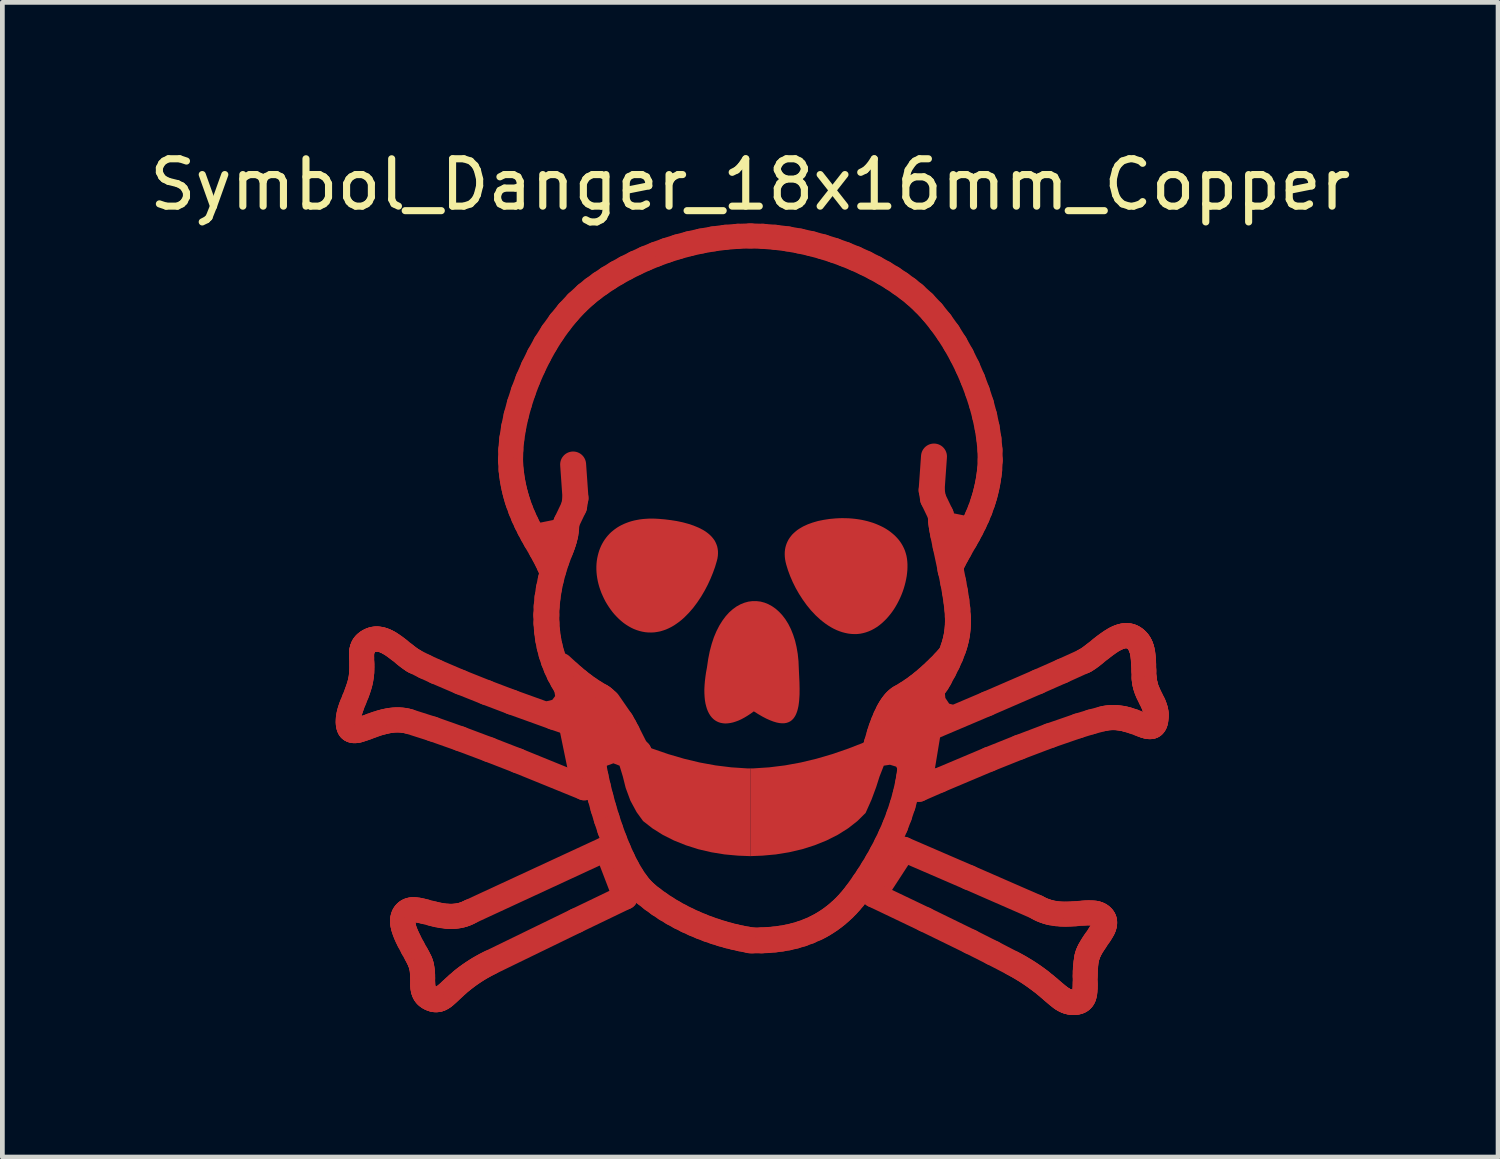
<source format=kicad_pcb>
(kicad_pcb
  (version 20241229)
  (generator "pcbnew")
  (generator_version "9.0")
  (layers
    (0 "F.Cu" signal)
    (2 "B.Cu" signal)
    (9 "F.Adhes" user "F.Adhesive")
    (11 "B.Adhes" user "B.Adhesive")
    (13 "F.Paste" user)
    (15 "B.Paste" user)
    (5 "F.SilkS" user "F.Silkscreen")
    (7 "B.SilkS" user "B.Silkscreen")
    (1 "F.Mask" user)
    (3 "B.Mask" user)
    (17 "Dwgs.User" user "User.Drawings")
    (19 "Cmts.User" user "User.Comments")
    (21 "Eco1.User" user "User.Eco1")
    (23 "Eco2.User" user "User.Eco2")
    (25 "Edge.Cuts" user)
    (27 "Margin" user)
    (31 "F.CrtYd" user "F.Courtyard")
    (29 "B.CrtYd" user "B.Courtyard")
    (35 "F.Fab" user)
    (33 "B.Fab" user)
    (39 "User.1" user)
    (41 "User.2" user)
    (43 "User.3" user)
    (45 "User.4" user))
  (footprint "Symbol_Danger_18x16mm_Copper"
    (layer "F.Cu")
    (at 12.792 9.848)
    (property "Reference" "Symbol_Danger_18x16mm_Copper" (at 0 -9 0) (layer "F.SilkS") (effects (font (size 1 1) (thickness 0.15))))
    (attr board_only exclude_from_pos_files exclude_from_bom allow_missing_courtyard)
    (fp_line (start -8.489 2.33) (end -8.488 2.376) (stroke (width 0.529) (type solid)) (layer "F.Cu"))
    (fp_line (start -8.488 2.376) (end -8.483 2.415) (stroke (width 0.529) (type solid)) (layer "F.Cu"))
    (fp_line (start -8.486 2.274) (end -8.489 2.33) (stroke (width 0.529) (type solid)) (layer "F.Cu"))
    (fp_line (start -8.483 2.415) (end -8.474 2.448) (stroke (width 0.529) (type solid)) (layer "F.Cu"))
    (fp_line (start -8.478 2.218) (end -8.486 2.274) (stroke (width 0.529) (type solid)) (layer "F.Cu"))
    (fp_line (start -8.474 2.448) (end -8.462 2.475) (stroke (width 0.529) (type solid)) (layer "F.Cu"))
    (fp_line (start -8.466 2.162) (end -8.478 2.218) (stroke (width 0.529) (type solid)) (layer "F.Cu"))
    (fp_line (start -8.462 2.475) (end -8.455 2.486) (stroke (width 0.529) (type solid)) (layer "F.Cu"))
    (fp_line (start -8.455 2.486) (end -8.447 2.496) (stroke (width 0.529) (type solid)) (layer "F.Cu"))
    (fp_line (start -8.45 2.105) (end -8.466 2.162) (stroke (width 0.529) (type solid)) (layer "F.Cu"))
    (fp_line (start -8.447 2.496) (end -8.438 2.504) (stroke (width 0.529) (type solid)) (layer "F.Cu"))
    (fp_line (start -8.438 2.504) (end -8.428 2.511) (stroke (width 0.529) (type solid)) (layer "F.Cu"))
    (fp_line (start -8.431 2.048) (end -8.45 2.105) (stroke (width 0.529) (type solid)) (layer "F.Cu"))
    (fp_line (start -8.428 2.511) (end -8.407 2.522) (stroke (width 0.529) (type solid)) (layer "F.Cu"))
    (fp_line (start -8.41 1.99) (end -8.431 2.048) (stroke (width 0.529) (type solid)) (layer "F.Cu"))
    (fp_line (start -8.407 2.522) (end -8.383 2.528) (stroke (width 0.529) (type solid)) (layer "F.Cu"))
    (fp_line (start -8.383 2.528) (end -8.355 2.53) (stroke (width 0.529) (type solid)) (layer "F.Cu"))
    (fp_line (start -8.362 1.871) (end -8.41 1.99) (stroke (width 0.529) (type solid)) (layer "F.Cu"))
    (fp_line (start -8.355 2.53) (end -8.325 2.528) (stroke (width 0.529) (type solid)) (layer "F.Cu"))
    (fp_line (start -8.325 2.528) (end -8.293 2.523) (stroke (width 0.529) (type solid)) (layer "F.Cu"))
    (fp_line (start -8.313 1.749) (end -8.362 1.871) (stroke (width 0.529) (type solid)) (layer "F.Cu"))
    (fp_line (start -8.293 2.523) (end -8.258 2.515) (stroke (width 0.529) (type solid)) (layer "F.Cu"))
    (fp_line (start -8.29 1.686) (end -8.313 1.749) (stroke (width 0.529) (type solid)) (layer "F.Cu"))
    (fp_line (start -8.268 1.622) (end -8.29 1.686) (stroke (width 0.529) (type solid)) (layer "F.Cu"))
    (fp_line (start -8.258 2.515) (end -8.181 2.491) (stroke (width 0.529) (type solid)) (layer "F.Cu"))
    (fp_line (start -8.248 1.556) (end -8.268 1.622) (stroke (width 0.529) (type solid)) (layer "F.Cu"))
    (fp_line (start -8.231 1.489) (end -8.248 1.556) (stroke (width 0.529) (type solid)) (layer "F.Cu"))
    (fp_line (start -8.218 1.42) (end -8.231 1.489) (stroke (width 0.529) (type solid)) (layer "F.Cu"))
    (fp_line (start -8.209 1.35) (end -8.218 1.42) (stroke (width 0.529) (type solid)) (layer "F.Cu"))
    (fp_line (start -8.207 0.947) (end -8.206 0.994) (stroke (width 0.529) (type solid)) (layer "F.Cu"))
    (fp_line (start -8.206 0.903) (end -8.207 0.947) (stroke (width 0.529) (type solid)) (layer "F.Cu"))
    (fp_line (start -8.206 0.994) (end -8.202 1.098) (stroke (width 0.529) (type solid)) (layer "F.Cu"))
    (fp_line (start -8.206 1.315) (end -8.209 1.35) (stroke (width 0.529) (type solid)) (layer "F.Cu"))
    (fp_line (start -8.205 0.882) (end -8.206 0.903) (stroke (width 0.529) (type solid)) (layer "F.Cu"))
    (fp_line (start -8.203 1.281) (end -8.206 1.315) (stroke (width 0.529) (type solid)) (layer "F.Cu"))
    (fp_line (start -8.203 0.862) (end -8.205 0.882) (stroke (width 0.529) (type solid)) (layer "F.Cu"))
    (fp_line (start -8.202 1.098) (end -8.201 1.155) (stroke (width 0.529) (type solid)) (layer "F.Cu"))
    (fp_line (start -8.201 1.216) (end -8.203 1.281) (stroke (width 0.529) (type solid)) (layer "F.Cu"))
    (fp_line (start -8.201 1.155) (end -8.201 1.216) (stroke (width 0.529) (type solid)) (layer "F.Cu"))
    (fp_line (start -8.2 0.843) (end -8.203 0.862) (stroke (width 0.529) (type solid)) (layer "F.Cu"))
    (fp_line (start -8.197 0.824) (end -8.2 0.843) (stroke (width 0.529) (type solid)) (layer "F.Cu"))
    (fp_line (start -8.192 0.805) (end -8.197 0.824) (stroke (width 0.529) (type solid)) (layer "F.Cu"))
    (fp_line (start -8.186 0.788) (end -8.192 0.805) (stroke (width 0.529) (type solid)) (layer "F.Cu"))
    (fp_line (start -8.181 2.491) (end -8.095 2.461) (stroke (width 0.529) (type solid)) (layer "F.Cu"))
    (fp_line (start -8.179 0.771) (end -8.186 0.788) (stroke (width 0.529) (type solid)) (layer "F.Cu"))
    (fp_line (start -8.171 0.754) (end -8.179 0.771) (stroke (width 0.529) (type solid)) (layer "F.Cu"))
    (fp_line (start -8.162 0.738) (end -8.171 0.754) (stroke (width 0.529) (type solid)) (layer "F.Cu"))
    (fp_line (start -8.151 0.722) (end -8.162 0.738) (stroke (width 0.529) (type solid)) (layer "F.Cu"))
    (fp_line (start -8.138 0.707) (end -8.151 0.722) (stroke (width 0.529) (type solid)) (layer "F.Cu"))
    (fp_line (start -8.124 0.692) (end -8.138 0.707) (stroke (width 0.529) (type solid)) (layer "F.Cu"))
    (fp_line (start -8.108 0.678) (end -8.124 0.692) (stroke (width 0.529) (type solid)) (layer "F.Cu"))
    (fp_line (start -8.095 2.461) (end -8.002 2.426) (stroke (width 0.529) (type solid)) (layer "F.Cu"))
    (fp_line (start -8.09 0.664) (end -8.108 0.678) (stroke (width 0.529) (type solid)) (layer "F.Cu"))
    (fp_line (start -8.07 0.65) (end -8.09 0.664) (stroke (width 0.529) (type solid)) (layer "F.Cu"))
    (fp_line (start -8.048 0.637) (end -8.07 0.65) (stroke (width 0.529) (type solid)) (layer "F.Cu"))
    (fp_line (start -8.017 0.621) (end -8.048 0.637) (stroke (width 0.529) (type solid)) (layer "F.Cu"))
    (fp_line (start -8.002 2.426) (end -7.901 2.39) (stroke (width 0.529) (type solid)) (layer "F.Cu"))
    (fp_line (start -7.985 0.609) (end -8.017 0.621) (stroke (width 0.529) (type solid)) (layer "F.Cu"))
    (fp_line (start -7.954 0.601) (end -7.985 0.609) (stroke (width 0.529) (type solid)) (layer "F.Cu"))
    (fp_line (start -7.922 0.596) (end -7.954 0.601) (stroke (width 0.529) (type solid)) (layer "F.Cu"))
    (fp_line (start -7.901 2.39) (end -7.795 2.357) (stroke (width 0.529) (type solid)) (layer "F.Cu"))
    (fp_line (start -7.89 0.594) (end -7.922 0.596) (stroke (width 0.529) (type solid)) (layer "F.Cu"))
    (fp_line (start -7.858 0.596) (end -7.89 0.594) (stroke (width 0.529) (type solid)) (layer "F.Cu"))
    (fp_line (start -7.826 0.6) (end -7.858 0.596) (stroke (width 0.529) (type solid)) (layer "F.Cu"))
    (fp_line (start -7.795 2.357) (end -7.74 2.343) (stroke (width 0.529) (type solid)) (layer "F.Cu"))
    (fp_line (start -7.794 0.606) (end -7.826 0.6) (stroke (width 0.529) (type solid)) (layer "F.Cu"))
    (fp_line (start -7.762 0.616) (end -7.794 0.606) (stroke (width 0.529) (type solid)) (layer "F.Cu"))
    (fp_line (start -7.74 2.343) (end -7.684 2.33) (stroke (width 0.529) (type solid)) (layer "F.Cu"))
    (fp_line (start -7.73 0.627) (end -7.762 0.616) (stroke (width 0.529) (type solid)) (layer "F.Cu"))
    (fp_line (start -7.698 0.641) (end -7.73 0.627) (stroke (width 0.529) (type solid)) (layer "F.Cu"))
    (fp_line (start -7.684 2.33) (end -7.626 2.319) (stroke (width 0.529) (type solid)) (layer "F.Cu"))
    (fp_line (start -7.666 0.656) (end -7.698 0.641) (stroke (width 0.529) (type solid)) (layer "F.Cu"))
    (fp_line (start -7.634 0.673) (end -7.666 0.656) (stroke (width 0.529) (type solid)) (layer "F.Cu"))
    (fp_line (start -7.626 2.319) (end -7.568 2.31) (stroke (width 0.529) (type solid)) (layer "F.Cu"))
    (fp_line (start -7.602 0.692) (end -7.634 0.673) (stroke (width 0.529) (type solid)) (layer "F.Cu"))
    (fp_line (start -7.568 2.31) (end -7.509 2.305) (stroke (width 0.529) (type solid)) (layer "F.Cu"))
    (fp_line (start -7.539 0.733) (end -7.602 0.692) (stroke (width 0.529) (type solid)) (layer "F.Cu"))
    (fp_line (start -7.509 2.305) (end -7.449 2.303) (stroke (width 0.529) (type solid)) (layer "F.Cu"))
    (fp_line (start -7.477 0.778) (end -7.539 0.733) (stroke (width 0.529) (type solid)) (layer "F.Cu"))
    (fp_line (start -7.449 2.303) (end -7.389 2.305) (stroke (width 0.529) (type solid)) (layer "F.Cu"))
    (fp_line (start -7.416 0.825) (end -7.477 0.778) (stroke (width 0.529) (type solid)) (layer "F.Cu"))
    (fp_line (start -7.389 2.305) (end -7.328 2.311) (stroke (width 0.529) (type solid)) (layer "F.Cu"))
    (fp_line (start -7.34 6.564) (end -7.338 6.594) (stroke (width 0.529) (type solid)) (layer "F.Cu"))
    (fp_line (start -7.34 6.534) (end -7.34 6.564) (stroke (width 0.529) (type solid)) (layer "F.Cu"))
    (fp_line (start -7.338 6.594) (end -7.333 6.626) (stroke (width 0.529) (type solid)) (layer "F.Cu"))
    (fp_line (start -7.337 6.506) (end -7.34 6.534) (stroke (width 0.529) (type solid)) (layer "F.Cu"))
    (fp_line (start -7.333 6.626) (end -7.327 6.658) (stroke (width 0.529) (type solid)) (layer "F.Cu"))
    (fp_line (start -7.332 6.479) (end -7.337 6.506) (stroke (width 0.529) (type solid)) (layer "F.Cu"))
    (fp_line (start -7.328 2.311) (end -7.267 2.321) (stroke (width 0.529) (type solid)) (layer "F.Cu"))
    (fp_line (start -7.327 6.658) (end -7.319 6.691) (stroke (width 0.529) (type solid)) (layer "F.Cu"))
    (fp_line (start -7.324 6.453) (end -7.332 6.479) (stroke (width 0.529) (type solid)) (layer "F.Cu"))
    (fp_line (start -7.319 6.691) (end -7.297 6.759) (stroke (width 0.529) (type solid)) (layer "F.Cu"))
    (fp_line (start -7.314 6.428) (end -7.324 6.453) (stroke (width 0.529) (type solid)) (layer "F.Cu"))
    (fp_line (start -7.3 6.405) (end -7.314 6.428) (stroke (width 0.529) (type solid)) (layer "F.Cu"))
    (fp_line (start -7.297 0.92) (end -7.416 0.825) (stroke (width 0.529) (type solid)) (layer "F.Cu"))
    (fp_line (start -7.297 6.759) (end -7.27 6.829) (stroke (width 0.529) (type solid)) (layer "F.Cu"))
    (fp_line (start -7.283 6.383) (end -7.3 6.405) (stroke (width 0.529) (type solid)) (layer "F.Cu"))
    (fp_line (start -7.27 6.829) (end -7.238 6.9) (stroke (width 0.529) (type solid)) (layer "F.Cu"))
    (fp_line (start -7.267 2.321) (end -7.205 2.336) (stroke (width 0.529) (type solid)) (layer "F.Cu"))
    (fp_line (start -7.263 6.363) (end -7.283 6.383) (stroke (width 0.529) (type solid)) (layer "F.Cu"))
    (fp_line (start -7.241 0.965) (end -7.297 0.92) (stroke (width 0.529) (type solid)) (layer "F.Cu"))
    (fp_line (start -7.24 6.346) (end -7.263 6.363) (stroke (width 0.529) (type solid)) (layer "F.Cu"))
    (fp_line (start -7.238 6.9) (end -7.203 6.972) (stroke (width 0.529) (type solid)) (layer "F.Cu"))
    (fp_line (start -7.215 6.332) (end -7.24 6.346) (stroke (width 0.529) (type solid)) (layer "F.Cu"))
    (fp_line (start -7.205 2.336) (end -6.704 2.496) (stroke (width 0.529) (type solid)) (layer "F.Cu"))
    (fp_line (start -7.203 6.972) (end -7.127 7.116) (stroke (width 0.529) (type solid)) (layer "F.Cu"))
    (fp_line (start -7.189 6.322) (end -7.215 6.332) (stroke (width 0.529) (type solid)) (layer "F.Cu"))
    (fp_line (start -7.186 1.006) (end -7.241 0.965) (stroke (width 0.529) (type solid)) (layer "F.Cu"))
    (fp_line (start -7.16 6.316) (end -7.189 6.322) (stroke (width 0.529) (type solid)) (layer "F.Cu"))
    (fp_line (start -7.133 1.042) (end -7.186 1.006) (stroke (width 0.529) (type solid)) (layer "F.Cu"))
    (fp_line (start -7.13 6.312) (end -7.16 6.316) (stroke (width 0.529) (type solid)) (layer "F.Cu"))
    (fp_line (start -7.127 7.116) (end -7.051 7.253) (stroke (width 0.529) (type solid)) (layer "F.Cu"))
    (fp_line (start -7.107 1.058) (end -7.133 1.042) (stroke (width 0.529) (type solid)) (layer "F.Cu"))
    (fp_line (start -7.098 6.312) (end -7.13 6.312) (stroke (width 0.529) (type solid)) (layer "F.Cu"))
    (fp_line (start -7.082 1.072) (end -7.107 1.058) (stroke (width 0.529) (type solid)) (layer "F.Cu"))
    (fp_line (start -7.051 7.253) (end -7.016 7.318) (stroke (width 0.529) (type solid)) (layer "F.Cu"))
    (fp_line (start -7.03 6.317) (end -7.098 6.312) (stroke (width 0.529) (type solid)) (layer "F.Cu"))
    (fp_line (start -7.016 7.318) (end -6.985 7.38) (stroke (width 0.529) (type solid)) (layer "F.Cu"))
    (fp_line (start -6.985 7.38) (end -6.971 7.411) (stroke (width 0.529) (type solid)) (layer "F.Cu"))
    (fp_line (start -6.971 7.411) (end -6.959 7.443) (stroke (width 0.529) (type solid)) (layer "F.Cu"))
    (fp_line (start -6.959 7.443) (end -6.949 7.474) (stroke (width 0.529) (type solid)) (layer "F.Cu"))
    (fp_line (start -6.957 6.331) (end -7.03 6.317) (stroke (width 0.529) (type solid)) (layer "F.Cu"))
    (fp_line (start -6.949 7.474) (end -6.941 7.505) (stroke (width 0.529) (type solid)) (layer "F.Cu"))
    (fp_line (start -6.941 7.505) (end -6.929 7.568) (stroke (width 0.529) (type solid)) (layer "F.Cu"))
    (fp_line (start -6.929 7.568) (end -6.922 7.63) (stroke (width 0.529) (type solid)) (layer "F.Cu"))
    (fp_line (start -6.922 7.63) (end -6.919 7.691) (stroke (width 0.529) (type solid)) (layer "F.Cu"))
    (fp_line (start -6.919 7.691) (end -6.918 7.751) (stroke (width 0.529) (type solid)) (layer "F.Cu"))
    (fp_line (start -6.918 7.751) (end -6.917 7.865) (stroke (width 0.529) (type solid)) (layer "F.Cu"))
    (fp_line (start -6.917 7.865) (end -6.915 7.919) (stroke (width 0.529) (type solid)) (layer "F.Cu"))
    (fp_line (start -6.915 7.919) (end -6.909 7.97) (stroke (width 0.529) (type solid)) (layer "F.Cu"))
    (fp_line (start -6.909 7.97) (end -6.904 7.994) (stroke (width 0.529) (type solid)) (layer "F.Cu"))
    (fp_line (start -6.904 7.994) (end -6.898 8.018) (stroke (width 0.529) (type solid)) (layer "F.Cu"))
    (fp_line (start -6.898 8.018) (end -6.89 8.04) (stroke (width 0.529) (type solid)) (layer "F.Cu"))
    (fp_line (start -6.89 8.04) (end -6.881 8.062) (stroke (width 0.529) (type solid)) (layer "F.Cu"))
    (fp_line (start -6.881 8.062) (end -6.87 8.082) (stroke (width 0.529) (type solid)) (layer "F.Cu"))
    (fp_line (start -6.877 6.35) (end -6.957 6.331) (stroke (width 0.529) (type solid)) (layer "F.Cu"))
    (fp_line (start -6.871 1.177) (end -7.082 1.072) (stroke (width 0.529) (type solid)) (layer "F.Cu"))
    (fp_line (start -6.87 8.082) (end -6.857 8.102) (stroke (width 0.529) (type solid)) (layer "F.Cu"))
    (fp_line (start -6.857 8.102) (end -6.841 8.12) (stroke (width 0.529) (type solid)) (layer "F.Cu"))
    (fp_line (start -6.841 8.12) (end -6.823 8.137) (stroke (width 0.529) (type solid)) (layer "F.Cu"))
    (fp_line (start -6.823 8.137) (end -6.803 8.153) (stroke (width 0.529) (type solid)) (layer "F.Cu"))
    (fp_line (start -6.803 8.153) (end -6.78 8.168) (stroke (width 0.529) (type solid)) (layer "F.Cu"))
    (fp_line (start -6.78 8.168) (end -6.754 8.182) (stroke (width 0.529) (type solid)) (layer "F.Cu"))
    (fp_line (start -6.754 8.182) (end -6.724 8.194) (stroke (width 0.529) (type solid)) (layer "F.Cu"))
    (fp_line (start -6.724 8.194) (end -6.697 8.203) (stroke (width 0.529) (type solid)) (layer "F.Cu"))
    (fp_line (start -6.705 6.395) (end -6.877 6.35) (stroke (width 0.529) (type solid)) (layer "F.Cu"))
    (fp_line (start -6.704 2.496) (end -6.124 2.701) (stroke (width 0.529) (type solid)) (layer "F.Cu"))
    (fp_line (start -6.697 8.203) (end -6.67 8.209) (stroke (width 0.529) (type solid)) (layer "F.Cu"))
    (fp_line (start -6.67 8.209) (end -6.644 8.212) (stroke (width 0.529) (type solid)) (layer "F.Cu"))
    (fp_line (start -6.644 8.212) (end -6.62 8.211) (stroke (width 0.529) (type solid)) (layer "F.Cu"))
    (fp_line (start -6.636 1.285) (end -6.871 1.177) (stroke (width 0.529) (type solid)) (layer "F.Cu"))
    (fp_line (start -6.62 8.211) (end -6.595 8.208) (stroke (width 0.529) (type solid)) (layer "F.Cu"))
    (fp_line (start -6.613 6.417) (end -6.705 6.395) (stroke (width 0.529) (type solid)) (layer "F.Cu"))
    (fp_line (start -6.595 8.208) (end -6.572 8.202) (stroke (width 0.529) (type solid)) (layer "F.Cu"))
    (fp_line (start -6.572 8.202) (end -6.548 8.194) (stroke (width 0.529) (type solid)) (layer "F.Cu"))
    (fp_line (start -6.548 8.194) (end -6.525 8.182) (stroke (width 0.529) (type solid)) (layer "F.Cu"))
    (fp_line (start -6.525 8.182) (end -6.502 8.169) (stroke (width 0.529) (type solid)) (layer "F.Cu"))
    (fp_line (start -6.518 6.435) (end -6.613 6.417) (stroke (width 0.529) (type solid)) (layer "F.Cu"))
    (fp_line (start -6.502 8.169) (end -6.478 8.153) (stroke (width 0.529) (type solid)) (layer "F.Cu"))
    (fp_line (start -6.478 8.153) (end -6.454 8.135) (stroke (width 0.529) (type solid)) (layer "F.Cu"))
    (fp_line (start -6.454 8.135) (end -6.429 8.114) (stroke (width 0.529) (type solid)) (layer "F.Cu"))
    (fp_line (start -6.429 8.114) (end -6.376 8.068) (stroke (width 0.529) (type solid)) (layer "F.Cu"))
    (fp_line (start -6.42 6.448) (end -6.518 6.435) (stroke (width 0.529) (type solid)) (layer "F.Cu"))
    (fp_line (start -6.376 8.068) (end -6.319 8.014) (stroke (width 0.529) (type solid)) (layer "F.Cu"))
    (fp_line (start -6.37 6.451) (end -6.42 6.448) (stroke (width 0.529) (type solid)) (layer "F.Cu"))
    (fp_line (start -6.32 6.453) (end -6.37 6.451) (stroke (width 0.529) (type solid)) (layer "F.Cu"))
    (fp_line (start -6.319 8.014) (end -6.254 7.954) (stroke (width 0.529) (type solid)) (layer "F.Cu"))
    (fp_line (start -6.269 6.451) (end -6.32 6.453) (stroke (width 0.529) (type solid)) (layer "F.Cu"))
    (fp_line (start -6.254 7.954) (end -6.182 7.888) (stroke (width 0.529) (type solid)) (layer "F.Cu"))
    (fp_line (start -6.218 6.447) (end -6.269 6.451) (stroke (width 0.529) (type solid)) (layer "F.Cu"))
    (fp_line (start -6.182 7.888) (end -6.1 7.818) (stroke (width 0.529) (type solid)) (layer "F.Cu"))
    (fp_line (start -6.166 6.44) (end -6.218 6.447) (stroke (width 0.529) (type solid)) (layer "F.Cu"))
    (fp_line (start -6.124 2.701) (end -5.51 2.932) (stroke (width 0.529) (type solid)) (layer "F.Cu"))
    (fp_line (start -6.12 1.506) (end -6.636 1.285) (stroke (width 0.529) (type solid)) (layer "F.Cu"))
    (fp_line (start -6.114 6.43) (end -6.166 6.44) (stroke (width 0.529) (type solid)) (layer "F.Cu"))
    (fp_line (start -6.1 7.818) (end -6.055 7.781) (stroke (width 0.529) (type solid)) (layer "F.Cu"))
    (fp_line (start -6.062 6.416) (end -6.114 6.43) (stroke (width 0.529) (type solid)) (layer "F.Cu"))
    (fp_line (start -6.055 7.781) (end -6.007 7.744) (stroke (width 0.529) (type solid)) (layer "F.Cu"))
    (fp_line (start -6.01 6.398) (end -6.062 6.416) (stroke (width 0.529) (type solid)) (layer "F.Cu"))
    (fp_line (start -6.007 7.744) (end -5.956 7.706) (stroke (width 0.529) (type solid)) (layer "F.Cu"))
    (fp_line (start -5.958 6.375) (end -6.01 6.398) (stroke (width 0.529) (type solid)) (layer "F.Cu"))
    (fp_line (start -5.956 7.706) (end -5.901 7.667) (stroke (width 0.529) (type solid)) (layer "F.Cu"))
    (fp_line (start -5.906 6.349) (end -5.958 6.375) (stroke (width 0.529) (type solid)) (layer "F.Cu"))
    (fp_line (start -5.901 7.667) (end -5.843 7.628) (stroke (width 0.529) (type solid)) (layer "F.Cu"))
    (fp_line (start -5.843 7.628) (end -5.781 7.588) (stroke (width 0.529) (type solid)) (layer "F.Cu"))
    (fp_line (start -5.781 7.588) (end -5.716 7.548) (stroke (width 0.529) (type solid)) (layer "F.Cu"))
    (fp_line (start -5.716 7.548) (end -5.646 7.508) (stroke (width 0.529) (type solid)) (layer "F.Cu"))
    (fp_line (start -5.646 7.508) (end -5.572 7.468) (stroke (width 0.529) (type solid)) (layer "F.Cu"))
    (fp_line (start -5.574 1.724) (end -6.12 1.506) (stroke (width 0.529) (type solid)) (layer "F.Cu"))
    (fp_line (start -5.572 7.468) (end -5.493 7.428) (stroke (width 0.529) (type solid)) (layer "F.Cu"))
    (fp_line (start -5.51 2.932) (end -4.908 3.166) (stroke (width 0.529) (type solid)) (layer "F.Cu"))
    (fp_line (start -5.493 7.428) (end -3.676 6.544) (stroke (width 0.529) (type solid)) (layer "F.Cu"))
    (fp_line (start -5.062 -3.178) (end -5.056 -3.397) (stroke (width 0.529) (type solid)) (layer "F.Cu"))
    (fp_line (start -5.056 -3.397) (end -5.035 -3.628) (stroke (width 0.529) (type solid)) (layer "F.Cu"))
    (fp_line (start -5.05 -2.974) (end -5.062 -3.178) (stroke (width 0.529) (type solid)) (layer "F.Cu"))
    (fp_line (start -5.038 -2.877) (end -5.05 -2.974) (stroke (width 0.529) (type solid)) (layer "F.Cu"))
    (fp_line (start -5.037 1.928) (end -5.574 1.724) (stroke (width 0.529) (type solid)) (layer "F.Cu"))
    (fp_line (start -5.035 -3.628) (end -4.997 -3.869) (stroke (width 0.529) (type solid)) (layer "F.Cu"))
    (fp_line (start -5.025 -2.784) (end -5.038 -2.877) (stroke (width 0.529) (type solid)) (layer "F.Cu"))
    (fp_line (start -5.009 -2.693) (end -5.025 -2.784) (stroke (width 0.529) (type solid)) (layer "F.Cu"))
    (fp_line (start -4.997 -3.869) (end -4.944 -4.118) (stroke (width 0.529) (type solid)) (layer "F.Cu"))
    (fp_line (start -4.991 -2.605) (end -5.009 -2.693) (stroke (width 0.529) (type solid)) (layer "F.Cu"))
    (fp_line (start -4.971 -2.519) (end -4.991 -2.605) (stroke (width 0.529) (type solid)) (layer "F.Cu"))
    (fp_line (start -4.949 -2.437) (end -4.971 -2.519) (stroke (width 0.529) (type solid)) (layer "F.Cu"))
    (fp_line (start -4.944 -4.118) (end -4.875 -4.372) (stroke (width 0.529) (type solid)) (layer "F.Cu"))
    (fp_line (start -4.926 -2.356) (end -4.949 -2.437) (stroke (width 0.529) (type solid)) (layer "F.Cu"))
    (fp_line (start -4.908 3.166) (end -3.505 3.737) (stroke (width 0.529) (type solid)) (layer "F.Cu"))
    (fp_line (start -4.901 -2.278) (end -4.926 -2.356) (stroke (width 0.529) (type solid)) (layer "F.Cu"))
    (fp_line (start -4.875 -4.372) (end -4.792 -4.628) (stroke (width 0.529) (type solid)) (layer "F.Cu"))
    (fp_line (start -4.847 -2.129) (end -4.901 -2.278) (stroke (width 0.529) (type solid)) (layer "F.Cu"))
    (fp_line (start -4.792 -4.628) (end -4.695 -4.886) (stroke (width 0.529) (type solid)) (layer "F.Cu"))
    (fp_line (start -4.789 -1.988) (end -4.847 -2.129) (stroke (width 0.529) (type solid)) (layer "F.Cu"))
    (fp_line (start -4.728 -1.855) (end -4.789 -1.988) (stroke (width 0.529) (type solid)) (layer "F.Cu"))
    (fp_line (start -4.695 -4.886) (end -4.584 -5.141) (stroke (width 0.529) (type solid)) (layer "F.Cu"))
    (fp_line (start -4.665 -1.729) (end -4.728 -1.855) (stroke (width 0.529) (type solid)) (layer "F.Cu"))
    (fp_line (start -4.6 -1.608) (end -4.665 -1.729) (stroke (width 0.529) (type solid)) (layer "F.Cu"))
    (fp_line (start -4.584 -5.141) (end -4.46 -5.392) (stroke (width 0.529) (type solid)) (layer "F.Cu"))
    (fp_line (start -4.536 -1.494) (end -4.6 -1.608) (stroke (width 0.529) (type solid)) (layer "F.Cu"))
    (fp_line (start -4.46 -5.392) (end -4.324 -5.637) (stroke (width 0.529) (type solid)) (layer "F.Cu"))
    (fp_line (start -4.411 -1.277) (end -4.536 -1.494) (stroke (width 0.529) (type solid)) (layer "F.Cu"))
    (fp_line (start -4.353 -1.174) (end -4.411 -1.277) (stroke (width 0.529) (type solid)) (layer "F.Cu"))
    (fp_line (start -4.324 -5.637) (end -4.175 -5.873) (stroke (width 0.529) (type solid)) (layer "F.Cu"))
    (fp_line (start -4.306 0.088) (end -4.299 -0.092) (stroke (width 0.548) (type solid)) (layer "F.Cu"))
    (fp_line (start -4.303 0.263) (end -4.306 0.088) (stroke (width 0.548) (type solid)) (layer "F.Cu"))
    (fp_line (start -4.3 -1.073) (end -4.353 -1.174) (stroke (width 0.529) (type solid)) (layer "F.Cu"))
    (fp_line (start -4.299 -0.092) (end -4.281 -0.277) (stroke (width 0.548) (type solid)) (layer "F.Cu"))
    (fp_line (start -4.29 0.433) (end -4.303 0.263) (stroke (width 0.548) (type solid)) (layer "F.Cu"))
    (fp_line (start -4.281 -0.277) (end -4.252 -0.466) (stroke (width 0.548) (type solid)) (layer "F.Cu"))
    (fp_line (start -4.268 0.597) (end -4.29 0.433) (stroke (width 0.548) (type solid)) (layer "F.Cu"))
    (fp_line (start -4.252 -0.466) (end -4.211 -0.66) (stroke (width 0.548) (type solid)) (layer "F.Cu"))
    (fp_line (start -4.252 -0.973) (end -4.3 -1.073) (stroke (width 0.529) (type solid)) (layer "F.Cu"))
    (fp_line (start -4.236 0.756) (end -4.268 0.597) (stroke (width 0.548) (type solid)) (layer "F.Cu"))
    (fp_line (start -4.211 -0.66) (end -4.158 -0.859) (stroke (width 0.548) (type solid)) (layer "F.Cu"))
    (fp_line (start -4.211 -0.875) (end -4.252 -0.973) (stroke (width 0.529) (type solid)) (layer "F.Cu"))
    (fp_line (start -4.196 0.91) (end -4.236 0.756) (stroke (width 0.548) (type solid)) (layer "F.Cu"))
    (fp_line (start -4.175 -5.873) (end -4.014 -6.097) (stroke (width 0.529) (type solid)) (layer "F.Cu"))
    (fp_line (start -4.158 -0.859) (end -4.093 -1.063) (stroke (width 0.548) (type solid)) (layer "F.Cu"))
    (fp_line (start -4.152 2.247) (end -5.037 1.928) (stroke (width 0.529) (type solid)) (layer "F.Cu"))
    (fp_line (start -4.147 1.059) (end -4.196 0.91) (stroke (width 0.548) (type solid)) (layer "F.Cu"))
    (fp_line (start -4.093 -1.063) (end -4.015 -1.27) (stroke (width 0.548) (type solid)) (layer "F.Cu"))
    (fp_line (start -4.091 1.201) (end -4.147 1.059) (stroke (width 0.548) (type solid)) (layer "F.Cu"))
    (fp_line (start -4.028 1.339) (end -4.091 1.201) (stroke (width 0.548) (type solid)) (layer "F.Cu"))
    (fp_line (start -4.015 -1.27) (end -3.988 -1.338) (stroke (width 0.548) (type solid)) (layer "F.Cu"))
    (fp_line (start -4.014 -6.097) (end -3.842 -6.308) (stroke (width 0.529) (type solid)) (layer "F.Cu"))
    (fp_line (start -3.988 -1.338) (end -3.965 -1.402) (stroke (width 0.548) (type solid)) (layer "F.Cu"))
    (fp_line (start -3.965 -1.402) (end -3.945 -1.463) (stroke (width 0.548) (type solid)) (layer "F.Cu"))
    (fp_line (start -3.957 1.47) (end -4.028 1.339) (stroke (width 0.548) (type solid)) (layer "F.Cu"))
    (fp_line (start -3.945 -1.463) (end -3.928 -1.521) (stroke (width 0.548) (type solid)) (layer "F.Cu"))
    (fp_line (start -3.928 -1.521) (end -3.915 -1.575) (stroke (width 0.548) (type solid)) (layer "F.Cu"))
    (fp_line (start -3.915 -1.688) (end -4.485 -1.572) (stroke (width 0.548) (type solid)) (layer "F.Cu"))
    (fp_line (start -3.915 -1.575) (end -3.903 -1.627) (stroke (width 0.548) (type solid)) (layer "F.Cu"))
    (fp_line (start -3.904 1.557) (end -3.957 1.47) (stroke (width 0.548) (type solid)) (layer "F.Cu"))
    (fp_line (start -3.903 -1.627) (end -3.895 -1.676) (stroke (width 0.548) (type solid)) (layer "F.Cu"))
    (fp_line (start -3.889 -1.724) (end -3.886 -1.769) (stroke (width 0.548) (type solid)) (layer "F.Cu"))
    (fp_line (start -3.885 -1.855) (end -3.72 -2.2) (stroke (width 0.548) (type solid)) (layer "F.Cu"))
    (fp_line (start -3.884 -1.813) (end -3.885 -1.855) (stroke (width 0.548) (type solid)) (layer "F.Cu"))
    (fp_line (start -3.854 1.629) (end -3.904 1.557) (stroke (width 0.548) (type solid)) (layer "F.Cu"))
    (fp_line (start -3.842 -6.308) (end -3.66 -6.503) (stroke (width 0.529) (type solid)) (layer "F.Cu"))
    (fp_line (start -3.834 1.316) (end -4.003 1.16) (stroke (width 0.548) (type solid)) (layer "F.Cu"))
    (fp_line (start -3.806 1.69) (end -3.854 1.629) (stroke (width 0.548) (type solid)) (layer "F.Cu"))
    (fp_line (start -3.786 2.373) (end -4.152 2.247) (stroke (width 0.529) (type solid)) (layer "F.Cu"))
    (fp_line (start -3.762 1.741) (end -3.806 1.69) (stroke (width 0.548) (type solid)) (layer "F.Cu"))
    (fp_line (start -3.74 -3.09) (end -3.69 -2.38) (stroke (width 0.548) (type solid)) (layer "F.Cu"))
    (fp_line (start -3.738 1.4) (end -3.834 1.316) (stroke (width 0.548) (type solid)) (layer "F.Cu"))
    (fp_line (start -3.69 -2.38) (end -3.72 -2.2) (stroke (width 0.548) (type solid)) (layer "F.Cu"))
    (fp_line (start -3.68 1.833) (end -3.762 1.741) (stroke (width 0.548) (type solid)) (layer "F.Cu"))
    (fp_line (start -3.676 6.544) (end -2.639 6.045) (stroke (width 0.529) (type solid)) (layer "F.Cu"))
    (fp_line (start -3.66 -6.503) (end -3.467 -6.68) (stroke (width 0.529) (type solid)) (layer "F.Cu"))
    (fp_line (start -3.642 1.879) (end -3.68 1.833) (stroke (width 0.548) (type solid)) (layer "F.Cu"))
    (fp_line (start -3.634 1.486) (end -3.738 1.4) (stroke (width 0.548) (type solid)) (layer "F.Cu"))
    (fp_line (start -3.606 1.93) (end -3.642 1.879) (stroke (width 0.548) (type solid)) (layer "F.Cu"))
    (fp_line (start -3.572 1.99) (end -3.606 1.93) (stroke (width 0.548) (type solid)) (layer "F.Cu"))
    (fp_line (start -3.54 2.061) (end -3.572 1.99) (stroke (width 0.548) (type solid)) (layer "F.Cu"))
    (fp_line (start -3.525 1.571) (end -3.634 1.486) (stroke (width 0.548) (type solid)) (layer "F.Cu"))
    (fp_line (start -3.505 3.737) (end -3.786 2.373) (stroke (width 0.529) (type solid)) (layer "F.Cu"))
    (fp_line (start -3.467 -6.68) (end -3.323 -6.796) (stroke (width 0.529) (type solid)) (layer "F.Cu"))
    (fp_line (start -3.411 1.653) (end -3.525 1.571) (stroke (width 0.548) (type solid)) (layer "F.Cu"))
    (fp_line (start -3.342 3.096) (end -3.367 2.914) (stroke (width 0.548) (type solid)) (layer "F.Cu"))
    (fp_line (start -3.323 -6.796) (end -3.167 -6.91) (stroke (width 0.529) (type solid)) (layer "F.Cu"))
    (fp_line (start -3.308 3.292) (end -3.342 3.096) (stroke (width 0.548) (type solid)) (layer "F.Cu"))
    (fp_line (start -3.292 1.731) (end -3.411 1.653) (stroke (width 0.548) (type solid)) (layer "F.Cu"))
    (fp_line (start -3.267 3.501) (end -3.308 3.292) (stroke (width 0.548) (type solid)) (layer "F.Cu"))
    (fp_line (start -3.218 3.717) (end -3.267 3.501) (stroke (width 0.548) (type solid)) (layer "F.Cu"))
    (fp_line (start -3.17 1.803) (end -3.292 1.731) (stroke (width 0.548) (type solid)) (layer "F.Cu"))
    (fp_line (start -3.167 -6.91) (end -2.998 -7.023) (stroke (width 0.529) (type solid)) (layer "F.Cu"))
    (fp_line (start -3.162 3.94) (end -3.218 3.717) (stroke (width 0.548) (type solid)) (layer "F.Cu"))
    (fp_line (start -3.131 1.827) (end -3.17 1.803) (stroke (width 0.548) (type solid)) (layer "F.Cu"))
    (fp_line (start -3.1 4.165) (end -3.162 3.94) (stroke (width 0.548) (type solid)) (layer "F.Cu"))
    (fp_line (start -3.092 1.857) (end -3.131 1.827) (stroke (width 0.548) (type solid)) (layer "F.Cu"))
    (fp_line (start -3.053 1.891) (end -3.092 1.857) (stroke (width 0.548) (type solid)) (layer "F.Cu"))
    (fp_line (start -3.033 5.019) (end -5.906 6.349) (stroke (width 0.529) (type solid)) (layer "F.Cu"))
    (fp_line (start -3.031 4.391) (end -3.1 4.165) (stroke (width 0.548) (type solid)) (layer "F.Cu"))
    (fp_line (start -2.998 -7.023) (end -2.818 -7.133) (stroke (width 0.529) (type solid)) (layer "F.Cu"))
    (fp_line (start -2.957 4.615) (end -3.031 4.391) (stroke (width 0.548) (type solid)) (layer "F.Cu"))
    (fp_line (start -2.877 4.833) (end -2.957 4.615) (stroke (width 0.548) (type solid)) (layer "F.Cu"))
    (fp_line (start -2.818 -7.133) (end -2.627 -7.239) (stroke (width 0.529) (type solid)) (layer "F.Cu"))
    (fp_line (start -2.792 5.043) (end -2.877 4.833) (stroke (width 0.548) (type solid)) (layer "F.Cu"))
    (fp_line (start -2.726 2.337) (end -3.008 1.929) (stroke (width 0.548) (type solid)) (layer "F.Cu"))
    (fp_line (start -2.703 5.242) (end -2.792 5.043) (stroke (width 0.548) (type solid)) (layer "F.Cu"))
    (fp_line (start -2.662 2.451) (end -2.726 2.337) (stroke (width 0.548) (type solid)) (layer "F.Cu"))
    (fp_line (start -2.639 6.045) (end -3.033 5.019) (stroke (width 0.529) (type solid)) (layer "F.Cu"))
    (fp_line (start -2.627 -7.239) (end -2.425 -7.341) (stroke (width 0.529) (type solid)) (layer "F.Cu"))
    (fp_line (start -2.61 5.427) (end -2.703 5.242) (stroke (width 0.548) (type solid)) (layer "F.Cu"))
    (fp_line (start -2.602 2.563) (end -2.662 2.451) (stroke (width 0.548) (type solid)) (layer "F.Cu"))
    (fp_line (start -2.513 5.596) (end -2.61 5.427) (stroke (width 0.548) (type solid)) (layer "F.Cu"))
    (fp_line (start -2.425 -7.341) (end -2.214 -7.438) (stroke (width 0.529) (type solid)) (layer "F.Cu"))
    (fp_line (start -2.419 2.925) (end -2.602 2.563) (stroke (width 0.548) (type solid)) (layer "F.Cu"))
    (fp_line (start -2.412 5.745) (end -2.513 5.596) (stroke (width 0.548) (type solid)) (layer "F.Cu"))
    (fp_line (start -2.369 3.006) (end -2.39 2.977) (stroke (width 0.548) (type solid)) (layer "F.Cu"))
    (fp_line (start -2.362 3.011) (end -2.369 3.006) (stroke (width 0.548) (type solid)) (layer "F.Cu"))
    (fp_line (start -2.357 3.009) (end -2.362 3.011) (stroke (width 0.548) (type solid)) (layer "F.Cu"))
    (fp_line (start -2.354 3) (end -2.357 3.009) (stroke (width 0.548) (type solid)) (layer "F.Cu"))
    (fp_line (start -2.354 2.984) (end -2.354 3) (stroke (width 0.548) (type solid)) (layer "F.Cu"))
    (fp_line (start -2.31 5.873) (end -2.412 5.745) (stroke (width 0.548) (type solid)) (layer "F.Cu"))
    (fp_line (start -2.257 5.928) (end -2.31 5.873) (stroke (width 0.548) (type solid)) (layer "F.Cu"))
    (fp_line (start -2.214 -7.438) (end -1.994 -7.528) (stroke (width 0.529) (type solid)) (layer "F.Cu"))
    (fp_line (start -2.204 5.976) (end -2.257 5.928) (stroke (width 0.548) (type solid)) (layer "F.Cu"))
    (fp_line (start -2.065 6.087) (end -2.204 5.976) (stroke (width 0.548) (type solid)) (layer "F.Cu"))
    (fp_line (start -1.994 -7.528) (end -1.766 -7.611) (stroke (width 0.529) (type solid)) (layer "F.Cu"))
    (fp_line (start -1.923 6.19) (end -2.065 6.087) (stroke (width 0.548) (type solid)) (layer "F.Cu"))
    (fp_line (start -1.777 6.287) (end -1.923 6.19) (stroke (width 0.548) (type solid)) (layer "F.Cu"))
    (fp_line (start -1.766 -7.611) (end -1.53 -7.686) (stroke (width 0.529) (type solid)) (layer "F.Cu"))
    (fp_line (start -1.63 6.376) (end -1.777 6.287) (stroke (width 0.548) (type solid)) (layer "F.Cu"))
    (fp_line (start -1.53 -7.686) (end -1.287 -7.752) (stroke (width 0.529) (type solid)) (layer "F.Cu"))
    (fp_line (start -1.481 6.458) (end -1.63 6.376) (stroke (width 0.548) (type solid)) (layer "F.Cu"))
    (fp_line (start -1.332 6.533) (end -1.481 6.458) (stroke (width 0.548) (type solid)) (layer "F.Cu"))
    (fp_line (start -1.287 -7.752) (end -1.037 -7.808) (stroke (width 0.529) (type solid)) (layer "F.Cu"))
    (fp_line (start -1.182 6.602) (end -1.332 6.533) (stroke (width 0.548) (type solid)) (layer "F.Cu"))
    (fp_line (start -1.037 -7.808) (end -0.783 -7.853) (stroke (width 0.529) (type solid)) (layer "F.Cu"))
    (fp_line (start -1.034 6.664) (end -1.182 6.602) (stroke (width 0.548) (type solid)) (layer "F.Cu"))
    (fp_line (start -0.887 6.721) (end -1.034 6.664) (stroke (width 0.548) (type solid)) (layer "F.Cu"))
    (fp_line (start -0.783 -7.853) (end -0.523 -7.887) (stroke (width 0.529) (type solid)) (layer "F.Cu"))
    (fp_line (start -0.742 6.771) (end -0.887 6.721) (stroke (width 0.548) (type solid)) (layer "F.Cu"))
    (fp_line (start -0.6 6.816) (end -0.742 6.771) (stroke (width 0.548) (type solid)) (layer "F.Cu"))
    (fp_line (start -0.523 -7.887) (end -0.259 -7.908) (stroke (width 0.529) (type solid)) (layer "F.Cu"))
    (fp_line (start -0.462 6.855) (end -0.6 6.816) (stroke (width 0.548) (type solid)) (layer "F.Cu"))
    (fp_line (start -0.329 6.888) (end -0.462 6.855) (stroke (width 0.548) (type solid)) (layer "F.Cu"))
    (fp_line (start -0.259 -7.908) (end 0.009 -7.916) (stroke (width 0.529) (type solid)) (layer "F.Cu"))
    (fp_line (start -0.201 6.917) (end -0.329 6.888) (stroke (width 0.548) (type solid)) (layer "F.Cu"))
    (fp_line (start -0.078 6.94) (end -0.201 6.917) (stroke (width 0.548) (type solid)) (layer "F.Cu"))
    (fp_line (start -0.001 6.959) (end 0.243 6.958) (stroke (width 0.548) (type solid)) (layer "F.Cu"))
    (fp_line (start 0.038 6.959) (end -0.078 6.94) (stroke (width 0.548) (type solid)) (layer "F.Cu"))
    (fp_line (start 0.243 6.958) (end 0.375 6.952) (stroke (width 0.548) (type solid)) (layer "F.Cu"))
    (fp_line (start 0.264 -7.908) (end -0.004 -7.916) (stroke (width 0.529) (type solid)) (layer "F.Cu"))
    (fp_line (start 0.375 6.952) (end 0.511 6.94) (stroke (width 0.548) (type solid)) (layer "F.Cu"))
    (fp_line (start 0.511 6.94) (end 0.652 6.922) (stroke (width 0.548) (type solid)) (layer "F.Cu"))
    (fp_line (start 0.528 -7.887) (end 0.264 -7.908) (stroke (width 0.529) (type solid)) (layer "F.Cu"))
    (fp_line (start 0.652 6.922) (end 0.796 6.897) (stroke (width 0.548) (type solid)) (layer "F.Cu"))
    (fp_line (start 0.788 -7.854) (end 0.528 -7.887) (stroke (width 0.529) (type solid)) (layer "F.Cu"))
    (fp_line (start 0.796 6.897) (end 0.943 6.862) (stroke (width 0.548) (type solid)) (layer "F.Cu"))
    (fp_line (start 0.943 6.862) (end 1.091 6.818) (stroke (width 0.548) (type solid)) (layer "F.Cu"))
    (fp_line (start 1.043 -7.808) (end 0.788 -7.854) (stroke (width 0.529) (type solid)) (layer "F.Cu"))
    (fp_line (start 1.091 6.818) (end 1.24 6.763) (stroke (width 0.548) (type solid)) (layer "F.Cu"))
    (fp_line (start 1.24 6.763) (end 1.39 6.696) (stroke (width 0.548) (type solid)) (layer "F.Cu"))
    (fp_line (start 1.292 -7.752) (end 1.043 -7.808) (stroke (width 0.529) (type solid)) (layer "F.Cu"))
    (fp_line (start 1.39 6.696) (end 1.464 6.658) (stroke (width 0.548) (type solid)) (layer "F.Cu"))
    (fp_line (start 1.464 6.658) (end 1.539 6.616) (stroke (width 0.548) (type solid)) (layer "F.Cu"))
    (fp_line (start 1.535 -7.686) (end 1.292 -7.752) (stroke (width 0.529) (type solid)) (layer "F.Cu"))
    (fp_line (start 1.539 6.616) (end 1.612 6.57) (stroke (width 0.548) (type solid)) (layer "F.Cu"))
    (fp_line (start 1.612 6.57) (end 1.686 6.521) (stroke (width 0.548) (type solid)) (layer "F.Cu"))
    (fp_line (start 1.686 6.521) (end 1.758 6.468) (stroke (width 0.548) (type solid)) (layer "F.Cu"))
    (fp_line (start 1.758 6.468) (end 1.83 6.411) (stroke (width 0.548) (type solid)) (layer "F.Cu"))
    (fp_line (start 1.771 -7.611) (end 1.535 -7.686) (stroke (width 0.529) (type solid)) (layer "F.Cu"))
    (fp_line (start 1.83 6.411) (end 1.901 6.349) (stroke (width 0.548) (type solid)) (layer "F.Cu"))
    (fp_line (start 1.901 6.349) (end 1.972 6.284) (stroke (width 0.548) (type solid)) (layer "F.Cu"))
    (fp_line (start 1.972 6.284) (end 2.041 6.214) (stroke (width 0.548) (type solid)) (layer "F.Cu"))
    (fp_line (start 1.999 -7.528) (end 1.771 -7.611) (stroke (width 0.529) (type solid)) (layer "F.Cu"))
    (fp_line (start 2.041 6.214) (end 2.109 6.139) (stroke (width 0.548) (type solid)) (layer "F.Cu"))
    (fp_line (start 2.109 6.139) (end 2.176 6.06) (stroke (width 0.548) (type solid)) (layer "F.Cu"))
    (fp_line (start 2.176 6.06) (end 2.241 5.976) (stroke (width 0.548) (type solid)) (layer "F.Cu"))
    (fp_line (start 2.219 -7.438) (end 1.999 -7.528) (stroke (width 0.529) (type solid)) (layer "F.Cu"))
    (fp_line (start 2.241 5.976) (end 2.405 5.746) (stroke (width 0.548) (type solid)) (layer "F.Cu"))
    (fp_line (start 2.405 5.746) (end 2.496 5.61) (stroke (width 0.548) (type solid)) (layer "F.Cu"))
    (fp_line (start 2.431 -7.341) (end 2.219 -7.438) (stroke (width 0.529) (type solid)) (layer "F.Cu"))
    (fp_line (start 2.496 5.61) (end 2.591 5.46) (stroke (width 0.548) (type solid)) (layer "F.Cu"))
    (fp_line (start 2.591 5.46) (end 2.688 5.298) (stroke (width 0.548) (type solid)) (layer "F.Cu"))
    (fp_line (start 2.602 3.031) (end 2.603 3.056) (stroke (width 0.548) (type solid)) (layer "F.Cu"))
    (fp_line (start 2.603 3.056) (end 2.605 3.058) (stroke (width 0.548) (type solid)) (layer "F.Cu"))
    (fp_line (start 2.605 3.058) (end 2.608 3.052) (stroke (width 0.548) (type solid)) (layer "F.Cu"))
    (fp_line (start 2.608 3.052) (end 2.631 2.969) (stroke (width 0.548) (type solid)) (layer "F.Cu"))
    (fp_line (start 2.609 6.002) (end 3.238 5.035) (stroke (width 0.529) (type solid)) (layer "F.Cu"))
    (fp_line (start 2.631 2.969) (end 2.672 2.808) (stroke (width 0.548) (type solid)) (layer "F.Cu"))
    (fp_line (start 2.632 -7.239) (end 2.431 -7.341) (stroke (width 0.529) (type solid)) (layer "F.Cu"))
    (fp_line (start 2.672 2.808) (end 2.733 2.599) (stroke (width 0.548) (type solid)) (layer "F.Cu"))
    (fp_line (start 2.688 5.298) (end 2.785 5.124) (stroke (width 0.548) (type solid)) (layer "F.Cu"))
    (fp_line (start 2.733 2.599) (end 2.771 2.484) (stroke (width 0.548) (type solid)) (layer "F.Cu"))
    (fp_line (start 2.771 2.484) (end 2.814 2.368) (stroke (width 0.548) (type solid)) (layer "F.Cu"))
    (fp_line (start 2.785 5.124) (end 2.881 4.939) (stroke (width 0.548) (type solid)) (layer "F.Cu"))
    (fp_line (start 2.814 2.368) (end 2.862 2.253) (stroke (width 0.548) (type solid)) (layer "F.Cu"))
    (fp_line (start 2.823 -7.133) (end 2.632 -7.239) (stroke (width 0.529) (type solid)) (layer "F.Cu"))
    (fp_line (start 2.862 2.253) (end 2.915 2.144) (stroke (width 0.548) (type solid)) (layer "F.Cu"))
    (fp_line (start 2.881 4.939) (end 2.974 4.744) (stroke (width 0.548) (type solid)) (layer "F.Cu"))
    (fp_line (start 2.915 2.144) (end 2.944 2.092) (stroke (width 0.548) (type solid)) (layer "F.Cu"))
    (fp_line (start 2.944 2.092) (end 2.974 2.043) (stroke (width 0.548) (type solid)) (layer "F.Cu"))
    (fp_line (start 2.974 2.043) (end 3.005 1.997) (stroke (width 0.548) (type solid)) (layer "F.Cu"))
    (fp_line (start 2.974 4.744) (end 3.062 4.54) (stroke (width 0.548) (type solid)) (layer "F.Cu"))
    (fp_line (start 3.004 -7.023) (end 2.823 -7.133) (stroke (width 0.529) (type solid)) (layer "F.Cu"))
    (fp_line (start 3.005 1.997) (end 3.038 1.954) (stroke (width 0.548) (type solid)) (layer "F.Cu"))
    (fp_line (start 3.038 1.954) (end 3.072 1.915) (stroke (width 0.548) (type solid)) (layer "F.Cu"))
    (fp_line (start 3.062 4.54) (end 3.143 4.327) (stroke (width 0.548) (type solid)) (layer "F.Cu"))
    (fp_line (start 3.072 1.915) (end 3.108 1.881) (stroke (width 0.548) (type solid)) (layer "F.Cu"))
    (fp_line (start 3.108 1.881) (end 3.145 1.851) (stroke (width 0.548) (type solid)) (layer "F.Cu"))
    (fp_line (start 3.143 4.327) (end 3.217 4.106) (stroke (width 0.548) (type solid)) (layer "F.Cu"))
    (fp_line (start 3.145 1.851) (end 3.183 1.827) (stroke (width 0.548) (type solid)) (layer "F.Cu"))
    (fp_line (start 3.172 -6.91) (end 3.004 -7.023) (stroke (width 0.529) (type solid)) (layer "F.Cu"))
    (fp_line (start 3.183 1.827) (end 3.304 1.755) (stroke (width 0.548) (type solid)) (layer "F.Cu"))
    (fp_line (start 3.217 4.106) (end 3.281 3.878) (stroke (width 0.548) (type solid)) (layer "F.Cu"))
    (fp_line (start 3.238 5.035) (end 4.622 5.633) (stroke (width 0.529) (type solid)) (layer "F.Cu"))
    (fp_line (start 3.281 3.878) (end 3.333 3.644) (stroke (width 0.548) (type solid)) (layer "F.Cu"))
    (fp_line (start 3.304 1.755) (end 3.421 1.679) (stroke (width 0.548) (type solid)) (layer "F.Cu"))
    (fp_line (start 3.329 -6.796) (end 3.172 -6.91) (stroke (width 0.529) (type solid)) (layer "F.Cu"))
    (fp_line (start 3.333 3.644) (end 3.354 3.525) (stroke (width 0.548) (type solid)) (layer "F.Cu"))
    (fp_line (start 3.354 3.525) (end 3.372 3.405) (stroke (width 0.548) (type solid)) (layer "F.Cu"))
    (fp_line (start 3.372 3.405) (end 3.386 3.284) (stroke (width 0.548) (type solid)) (layer "F.Cu"))
    (fp_line (start 3.386 3.284) (end 3.396 3.161) (stroke (width 0.548) (type solid)) (layer "F.Cu"))
    (fp_line (start 3.396 3.161) (end 3.402 3.038) (stroke (width 0.548) (type solid)) (layer "F.Cu"))
    (fp_line (start 3.421 1.679) (end 3.532 1.599) (stroke (width 0.548) (type solid)) (layer "F.Cu"))
    (fp_line (start 3.472 -6.681) (end 3.329 -6.796) (stroke (width 0.529) (type solid)) (layer "F.Cu"))
    (fp_line (start 3.532 1.599) (end 3.637 1.517) (stroke (width 0.548) (type solid)) (layer "F.Cu"))
    (fp_line (start 3.559 3.769) (end 3.771 2.486) (stroke (width 0.529) (type solid)) (layer "F.Cu"))
    (fp_line (start 3.637 1.517) (end 3.735 1.435) (stroke (width 0.548) (type solid)) (layer "F.Cu"))
    (fp_line (start 3.665 -6.504) (end 3.472 -6.681) (stroke (width 0.529) (type solid)) (layer "F.Cu"))
    (fp_line (start 3.681 1.801) (end 3.782 1.703) (stroke (width 0.548) (type solid)) (layer "F.Cu"))
    (fp_line (start 3.689 6.518) (end 2.609 6.002) (stroke (width 0.529) (type solid)) (layer "F.Cu"))
    (fp_line (start 3.735 1.435) (end 3.825 1.355) (stroke (width 0.548) (type solid)) (layer "F.Cu"))
    (fp_line (start 3.771 2.486) (end 5 1.964) (stroke (width 0.529) (type solid)) (layer "F.Cu"))
    (fp_line (start 3.782 1.703) (end 3.834 1.648) (stroke (width 0.548) (type solid)) (layer "F.Cu"))
    (fp_line (start 3.825 1.355) (end 3.908 1.278) (stroke (width 0.548) (type solid)) (layer "F.Cu"))
    (fp_line (start 3.83 -2.548) (end 3.86 -2.368) (stroke (width 0.548) (type solid)) (layer "F.Cu"))
    (fp_line (start 3.834 1.648) (end 3.887 1.586) (stroke (width 0.548) (type solid)) (layer "F.Cu"))
    (fp_line (start 3.848 -6.309) (end 3.665 -6.504) (stroke (width 0.529) (type solid)) (layer "F.Cu"))
    (fp_line (start 3.88 -3.258) (end 3.83 -2.548) (stroke (width 0.548) (type solid)) (layer "F.Cu"))
    (fp_line (start 3.887 1.586) (end 3.941 1.512) (stroke (width 0.548) (type solid)) (layer "F.Cu"))
    (fp_line (start 3.902 2.33) (end 3.638 1.87) (stroke (width 0.548) (type solid)) (layer "F.Cu"))
    (fp_line (start 3.908 1.278) (end 3.981 1.207) (stroke (width 0.548) (type solid)) (layer "F.Cu"))
    (fp_line (start 3.941 1.512) (end 3.994 1.423) (stroke (width 0.548) (type solid)) (layer "F.Cu"))
    (fp_line (start 3.981 1.207) (end 4.098 1.087) (stroke (width 0.548) (type solid)) (layer "F.Cu"))
    (fp_line (start 3.994 1.423) (end 4.086 1.252) (stroke (width 0.548) (type solid)) (layer "F.Cu"))
    (fp_line (start 3.996 3.578) (end 3.559 3.769) (stroke (width 0.529) (type solid)) (layer "F.Cu"))
    (fp_line (start 4.019 -6.097) (end 3.848 -6.309) (stroke (width 0.529) (type solid)) (layer "F.Cu"))
    (fp_line (start 4.025 -2.024) (end 3.86 -2.368) (stroke (width 0.548) (type solid)) (layer "F.Cu"))
    (fp_line (start 4.026 -1.96) (end 4.025 -2.024) (stroke (width 0.548) (type solid)) (layer "F.Cu"))
    (fp_line (start 4.031 -1.891) (end 4.026 -1.96) (stroke (width 0.548) (type solid)) (layer "F.Cu"))
    (fp_line (start 4.04 -1.814) (end 4.031 -1.891) (stroke (width 0.548) (type solid)) (layer "F.Cu"))
    (fp_line (start 4.054 -1.726) (end 4.04 -1.814) (stroke (width 0.548) (type solid)) (layer "F.Cu"))
    (fp_line (start 4.055 -1.828) (end 4.625 -1.712) (stroke (width 0.548) (type solid)) (layer "F.Cu"))
    (fp_line (start 4.072 -1.625) (end 4.054 -1.726) (stroke (width 0.548) (type solid)) (layer "F.Cu"))
    (fp_line (start 4.086 1.252) (end 4.165 1.094) (stroke (width 0.548) (type solid)) (layer "F.Cu"))
    (fp_line (start 4.098 1.087) (end 4.17 1.01) (stroke (width 0.548) (type solid)) (layer "F.Cu"))
    (fp_line (start 4.125 -1.371) (end 4.072 -1.625) (stroke (width 0.548) (type solid)) (layer "F.Cu"))
    (fp_line (start 4.165 1.094) (end 4.231 0.947) (stroke (width 0.548) (type solid)) (layer "F.Cu"))
    (fp_line (start 4.17 1.01) (end 4.193 0.988) (stroke (width 0.548) (type solid)) (layer "F.Cu"))
    (fp_line (start 4.18 -5.873) (end 4.019 -6.097) (stroke (width 0.529) (type solid)) (layer "F.Cu"))
    (fp_line (start 4.193 0.988) (end 4.159 1.037) (stroke (width 0.548) (type solid)) (layer "F.Cu"))
    (fp_line (start 4.216 -0.875) (end 4.257 -0.974) (stroke (width 0.529) (type solid)) (layer "F.Cu"))
    (fp_line (start 4.231 0.947) (end 4.284 0.807) (stroke (width 0.548) (type solid)) (layer "F.Cu"))
    (fp_line (start 4.24 -0.832) (end 4.125 -1.371) (stroke (width 0.548) (type solid)) (layer "F.Cu"))
    (fp_line (start 4.257 -0.974) (end 4.305 -1.073) (stroke (width 0.529) (type solid)) (layer "F.Cu"))
    (fp_line (start 4.284 0.807) (end 4.307 0.74) (stroke (width 0.548) (type solid)) (layer "F.Cu"))
    (fp_line (start 4.286 -0.603) (end 4.24 -0.832) (stroke (width 0.548) (type solid)) (layer "F.Cu"))
    (fp_line (start 4.305 -1.073) (end 4.359 -1.174) (stroke (width 0.529) (type solid)) (layer "F.Cu"))
    (fp_line (start 4.307 0.74) (end 4.326 0.673) (stroke (width 0.548) (type solid)) (layer "F.Cu"))
    (fp_line (start 4.324 -0.396) (end 4.286 -0.603) (stroke (width 0.548) (type solid)) (layer "F.Cu"))
    (fp_line (start 4.326 0.673) (end 4.343 0.606) (stroke (width 0.548) (type solid)) (layer "F.Cu"))
    (fp_line (start 4.329 -5.637) (end 4.18 -5.873) (stroke (width 0.529) (type solid)) (layer "F.Cu"))
    (fp_line (start 4.343 0.606) (end 4.357 0.539) (stroke (width 0.548) (type solid)) (layer "F.Cu"))
    (fp_line (start 4.353 -0.209) (end 4.324 -0.396) (stroke (width 0.548) (type solid)) (layer "F.Cu"))
    (fp_line (start 4.357 0.539) (end 4.368 0.472) (stroke (width 0.548) (type solid)) (layer "F.Cu"))
    (fp_line (start 4.359 -1.174) (end 4.417 -1.277) (stroke (width 0.529) (type solid)) (layer "F.Cu"))
    (fp_line (start 4.368 0.472) (end 4.376 0.405) (stroke (width 0.548) (type solid)) (layer "F.Cu"))
    (fp_line (start 4.373 -0.038) (end 4.353 -0.209) (stroke (width 0.548) (type solid)) (layer "F.Cu"))
    (fp_line (start 4.376 0.405) (end 4.382 0.336) (stroke (width 0.548) (type solid)) (layer "F.Cu"))
    (fp_line (start 4.382 0.336) (end 4.385 0.265) (stroke (width 0.548) (type solid)) (layer "F.Cu"))
    (fp_line (start 4.384 0.119) (end 4.373 -0.038) (stroke (width 0.548) (type solid)) (layer "F.Cu"))
    (fp_line (start 4.385 0.265) (end 4.386 0.193) (stroke (width 0.548) (type solid)) (layer "F.Cu"))
    (fp_line (start 4.386 0.193) (end 4.384 0.119) (stroke (width 0.548) (type solid)) (layer "F.Cu"))
    (fp_line (start 4.417 -1.277) (end 4.541 -1.494) (stroke (width 0.529) (type solid)) (layer "F.Cu"))
    (fp_line (start 4.466 -5.392) (end 4.329 -5.637) (stroke (width 0.529) (type solid)) (layer "F.Cu"))
    (fp_line (start 4.541 -1.494) (end 4.606 -1.609) (stroke (width 0.529) (type solid)) (layer "F.Cu"))
    (fp_line (start 4.59 -5.141) (end 4.466 -5.392) (stroke (width 0.529) (type solid)) (layer "F.Cu"))
    (fp_line (start 4.606 -1.609) (end 4.67 -1.729) (stroke (width 0.529) (type solid)) (layer "F.Cu"))
    (fp_line (start 4.622 5.633) (end 6.048 6.256) (stroke (width 0.529) (type solid)) (layer "F.Cu"))
    (fp_line (start 4.649 6.987) (end 3.689 6.518) (stroke (width 0.529) (type solid)) (layer "F.Cu"))
    (fp_line (start 4.67 -1.729) (end 4.733 -1.855) (stroke (width 0.529) (type solid)) (layer "F.Cu"))
    (fp_line (start 4.7 -4.886) (end 4.59 -5.141) (stroke (width 0.529) (type solid)) (layer "F.Cu"))
    (fp_line (start 4.733 -1.855) (end 4.795 -1.988) (stroke (width 0.529) (type solid)) (layer "F.Cu"))
    (fp_line (start 4.795 -1.988) (end 4.853 -2.129) (stroke (width 0.529) (type solid)) (layer "F.Cu"))
    (fp_line (start 4.797 -4.629) (end 4.7 -4.886) (stroke (width 0.529) (type solid)) (layer "F.Cu"))
    (fp_line (start 4.853 -2.129) (end 4.906 -2.278) (stroke (width 0.529) (type solid)) (layer "F.Cu"))
    (fp_line (start 4.881 -4.372) (end 4.797 -4.629) (stroke (width 0.529) (type solid)) (layer "F.Cu"))
    (fp_line (start 4.906 -2.278) (end 4.931 -2.356) (stroke (width 0.529) (type solid)) (layer "F.Cu"))
    (fp_line (start 4.931 -2.356) (end 4.955 -2.437) (stroke (width 0.529) (type solid)) (layer "F.Cu"))
    (fp_line (start 4.949 -4.118) (end 4.881 -4.372) (stroke (width 0.529) (type solid)) (layer "F.Cu"))
    (fp_line (start 4.955 -2.437) (end 4.976 -2.52) (stroke (width 0.529) (type solid)) (layer "F.Cu"))
    (fp_line (start 4.976 -2.52) (end 4.996 -2.605) (stroke (width 0.529) (type solid)) (layer "F.Cu"))
    (fp_line (start 4.996 -2.605) (end 5.014 -2.693) (stroke (width 0.529) (type solid)) (layer "F.Cu"))
    (fp_line (start 5 1.964) (end 6.073 1.499) (stroke (width 0.529) (type solid)) (layer "F.Cu"))
    (fp_line (start 5.002 -3.87) (end 4.949 -4.118) (stroke (width 0.529) (type solid)) (layer "F.Cu"))
    (fp_line (start 5.014 -2.693) (end 5.03 -2.784) (stroke (width 0.529) (type solid)) (layer "F.Cu"))
    (fp_line (start 5.03 -2.784) (end 5.044 -2.878) (stroke (width 0.529) (type solid)) (layer "F.Cu"))
    (fp_line (start 5.04 -3.629) (end 5.002 -3.87) (stroke (width 0.529) (type solid)) (layer "F.Cu"))
    (fp_line (start 5.044 -2.878) (end 5.055 -2.974) (stroke (width 0.529) (type solid)) (layer "F.Cu"))
    (fp_line (start 5.046 3.135) (end 3.996 3.578) (stroke (width 0.529) (type solid)) (layer "F.Cu"))
    (fp_line (start 5.055 -2.974) (end 5.067 -3.178) (stroke (width 0.529) (type solid)) (layer "F.Cu"))
    (fp_line (start 5.062 -3.397) (end 5.04 -3.629) (stroke (width 0.529) (type solid)) (layer "F.Cu"))
    (fp_line (start 5.067 -3.178) (end 5.062 -3.397) (stroke (width 0.529) (type solid)) (layer "F.Cu"))
    (fp_line (start 5.119 7.224) (end 4.649 6.987) (stroke (width 0.529) (type solid)) (layer "F.Cu"))
    (fp_line (start 5.539 7.442) (end 5.119 7.224) (stroke (width 0.529) (type solid)) (layer "F.Cu"))
    (fp_line (start 5.617 7.484) (end 5.539 7.442) (stroke (width 0.529) (type solid)) (layer "F.Cu"))
    (fp_line (start 5.68 2.881) (end 5.046 3.135) (stroke (width 0.529) (type solid)) (layer "F.Cu"))
    (fp_line (start 5.69 7.525) (end 5.617 7.484) (stroke (width 0.529) (type solid)) (layer "F.Cu"))
    (fp_line (start 5.76 7.567) (end 5.69 7.525) (stroke (width 0.529) (type solid)) (layer "F.Cu"))
    (fp_line (start 5.826 7.607) (end 5.76 7.567) (stroke (width 0.529) (type solid)) (layer "F.Cu"))
    (fp_line (start 5.888 7.647) (end 5.826 7.607) (stroke (width 0.529) (type solid)) (layer "F.Cu"))
    (fp_line (start 5.946 7.686) (end 5.888 7.647) (stroke (width 0.529) (type solid)) (layer "F.Cu"))
    (fp_line (start 6.001 7.724) (end 5.946 7.686) (stroke (width 0.529) (type solid)) (layer "F.Cu"))
    (fp_line (start 6.048 6.256) (end 6.1 6.285) (stroke (width 0.529) (type solid)) (layer "F.Cu"))
    (fp_line (start 6.053 7.762) (end 6.001 7.724) (stroke (width 0.529) (type solid)) (layer "F.Cu"))
    (fp_line (start 6.073 1.499) (end 6.589 1.271) (stroke (width 0.529) (type solid)) (layer "F.Cu"))
    (fp_line (start 6.1 6.285) (end 6.151 6.31) (stroke (width 0.529) (type solid)) (layer "F.Cu"))
    (fp_line (start 6.102 7.798) (end 6.053 7.762) (stroke (width 0.529) (type solid)) (layer "F.Cu"))
    (fp_line (start 6.149 7.834) (end 6.102 7.798) (stroke (width 0.529) (type solid)) (layer "F.Cu"))
    (fp_line (start 6.151 6.31) (end 6.203 6.331) (stroke (width 0.529) (type solid)) (layer "F.Cu"))
    (fp_line (start 6.203 6.331) (end 6.255 6.349) (stroke (width 0.529) (type solid)) (layer "F.Cu"))
    (fp_line (start 6.234 7.902) (end 6.149 7.834) (stroke (width 0.529) (type solid)) (layer "F.Cu"))
    (fp_line (start 6.255 6.349) (end 6.307 6.365) (stroke (width 0.529) (type solid)) (layer "F.Cu"))
    (fp_line (start 6.307 6.365) (end 6.359 6.377) (stroke (width 0.529) (type solid)) (layer "F.Cu"))
    (fp_line (start 6.31 7.966) (end 6.234 7.902) (stroke (width 0.529) (type solid)) (layer "F.Cu"))
    (fp_line (start 6.323 2.637) (end 5.68 2.881) (stroke (width 0.529) (type solid)) (layer "F.Cu"))
    (fp_line (start 6.359 6.377) (end 6.462 6.394) (stroke (width 0.529) (type solid)) (layer "F.Cu"))
    (fp_line (start 6.378 8.025) (end 6.31 7.966) (stroke (width 0.529) (type solid)) (layer "F.Cu"))
    (fp_line (start 6.44 8.078) (end 6.378 8.025) (stroke (width 0.529) (type solid)) (layer "F.Cu"))
    (fp_line (start 6.462 6.394) (end 6.564 6.403) (stroke (width 0.529) (type solid)) (layer "F.Cu"))
    (fp_line (start 6.498 8.126) (end 6.44 8.078) (stroke (width 0.529) (type solid)) (layer "F.Cu"))
    (fp_line (start 6.552 8.168) (end 6.498 8.126) (stroke (width 0.529) (type solid)) (layer "F.Cu"))
    (fp_line (start 6.564 6.403) (end 6.663 6.405) (stroke (width 0.529) (type solid)) (layer "F.Cu"))
    (fp_line (start 6.578 8.187) (end 6.552 8.168) (stroke (width 0.529) (type solid)) (layer "F.Cu"))
    (fp_line (start 6.589 1.271) (end 7.041 1.066) (stroke (width 0.529) (type solid)) (layer "F.Cu"))
    (fp_line (start 6.604 8.203) (end 6.578 8.187) (stroke (width 0.529) (type solid)) (layer "F.Cu"))
    (fp_line (start 6.63 8.218) (end 6.604 8.203) (stroke (width 0.529) (type solid)) (layer "F.Cu"))
    (fp_line (start 6.656 8.231) (end 6.63 8.218) (stroke (width 0.529) (type solid)) (layer "F.Cu"))
    (fp_line (start 6.663 6.405) (end 6.761 6.402) (stroke (width 0.529) (type solid)) (layer "F.Cu"))
    (fp_line (start 6.682 8.243) (end 6.656 8.231) (stroke (width 0.529) (type solid)) (layer "F.Cu"))
    (fp_line (start 6.709 8.252) (end 6.682 8.243) (stroke (width 0.529) (type solid)) (layer "F.Cu"))
    (fp_line (start 6.736 8.259) (end 6.709 8.252) (stroke (width 0.529) (type solid)) (layer "F.Cu"))
    (fp_line (start 6.761 6.402) (end 6.855 6.397) (stroke (width 0.529) (type solid)) (layer "F.Cu"))
    (fp_line (start 6.764 8.265) (end 6.736 8.259) (stroke (width 0.529) (type solid)) (layer "F.Cu"))
    (fp_line (start 6.792 8.268) (end 6.764 8.265) (stroke (width 0.529) (type solid)) (layer "F.Cu"))
    (fp_line (start 6.822 8.269) (end 6.792 8.268) (stroke (width 0.529) (type solid)) (layer "F.Cu"))
    (fp_line (start 6.855 6.397) (end 7.032 6.383) (stroke (width 0.529) (type solid)) (layer "F.Cu"))
    (fp_line (start 6.856 8.268) (end 6.822 8.269) (stroke (width 0.529) (type solid)) (layer "F.Cu"))
    (fp_line (start 6.887 8.265) (end 6.856 8.268) (stroke (width 0.529) (type solid)) (layer "F.Cu"))
    (fp_line (start 6.914 8.259) (end 6.887 8.265) (stroke (width 0.529) (type solid)) (layer "F.Cu"))
    (fp_line (start 6.925 2.429) (end 6.323 2.637) (stroke (width 0.529) (type solid)) (layer "F.Cu"))
    (fp_line (start 6.939 8.251) (end 6.914 8.259) (stroke (width 0.529) (type solid)) (layer "F.Cu"))
    (fp_line (start 6.961 8.241) (end 6.939 8.251) (stroke (width 0.529) (type solid)) (layer "F.Cu"))
    (fp_line (start 6.98 8.229) (end 6.961 8.241) (stroke (width 0.529) (type solid)) (layer "F.Cu"))
    (fp_line (start 6.997 8.214) (end 6.98 8.229) (stroke (width 0.529) (type solid)) (layer "F.Cu"))
    (fp_line (start 7.012 8.198) (end 6.997 8.214) (stroke (width 0.529) (type solid)) (layer "F.Cu"))
    (fp_line (start 7.025 8.18) (end 7.012 8.198) (stroke (width 0.529) (type solid)) (layer "F.Cu"))
    (fp_line (start 7.032 6.383) (end 7.113 6.378) (stroke (width 0.529) (type solid)) (layer "F.Cu"))
    (fp_line (start 7.036 8.16) (end 7.025 8.18) (stroke (width 0.529) (type solid)) (layer "F.Cu"))
    (fp_line (start 7.041 1.066) (end 7.066 1.053) (stroke (width 0.529) (type solid)) (layer "F.Cu"))
    (fp_line (start 7.045 8.138) (end 7.036 8.16) (stroke (width 0.529) (type solid)) (layer "F.Cu"))
    (fp_line (start 7.052 8.114) (end 7.045 8.138) (stroke (width 0.529) (type solid)) (layer "F.Cu"))
    (fp_line (start 7.063 8.061) (end 7.052 8.114) (stroke (width 0.529) (type solid)) (layer "F.Cu"))
    (fp_line (start 7.066 1.053) (end 7.093 1.038) (stroke (width 0.529) (type solid)) (layer "F.Cu"))
    (fp_line (start 7.069 8.002) (end 7.063 8.061) (stroke (width 0.529) (type solid)) (layer "F.Cu"))
    (fp_line (start 7.072 7.937) (end 7.069 8.002) (stroke (width 0.529) (type solid)) (layer "F.Cu"))
    (fp_line (start 7.073 7.866) (end 7.072 7.937) (stroke (width 0.529) (type solid)) (layer "F.Cu"))
    (fp_line (start 7.073 7.708) (end 7.073 7.866) (stroke (width 0.529) (type solid)) (layer "F.Cu"))
    (fp_line (start 7.075 7.622) (end 7.073 7.708) (stroke (width 0.529) (type solid)) (layer "F.Cu"))
    (fp_line (start 7.079 7.533) (end 7.075 7.622) (stroke (width 0.529) (type solid)) (layer "F.Cu"))
    (fp_line (start 7.088 7.439) (end 7.079 7.533) (stroke (width 0.529) (type solid)) (layer "F.Cu"))
    (fp_line (start 7.093 1.038) (end 7.15 1.001) (stroke (width 0.529) (type solid)) (layer "F.Cu"))
    (fp_line (start 7.103 7.343) (end 7.088 7.439) (stroke (width 0.529) (type solid)) (layer "F.Cu"))
    (fp_line (start 7.11 7.31) (end 7.103 7.343) (stroke (width 0.529) (type solid)) (layer "F.Cu"))
    (fp_line (start 7.113 6.378) (end 7.188 6.378) (stroke (width 0.529) (type solid)) (layer "F.Cu"))
    (fp_line (start 7.119 7.278) (end 7.11 7.31) (stroke (width 0.529) (type solid)) (layer "F.Cu"))
    (fp_line (start 7.13 7.245) (end 7.119 7.278) (stroke (width 0.529) (type solid)) (layer "F.Cu"))
    (fp_line (start 7.144 7.213) (end 7.13 7.245) (stroke (width 0.529) (type solid)) (layer "F.Cu"))
    (fp_line (start 7.15 1.001) (end 7.21 0.957) (stroke (width 0.529) (type solid)) (layer "F.Cu"))
    (fp_line (start 7.158 7.181) (end 7.144 7.213) (stroke (width 0.529) (type solid)) (layer "F.Cu"))
    (fp_line (start 7.175 7.149) (end 7.158 7.181) (stroke (width 0.529) (type solid)) (layer "F.Cu"))
    (fp_line (start 7.188 6.378) (end 7.258 6.383) (stroke (width 0.529) (type solid)) (layer "F.Cu"))
    (fp_line (start 7.196 2.346) (end 6.925 2.429) (stroke (width 0.529) (type solid)) (layer "F.Cu"))
    (fp_line (start 7.21 0.957) (end 7.273 0.907) (stroke (width 0.529) (type solid)) (layer "F.Cu"))
    (fp_line (start 7.211 7.086) (end 7.175 7.149) (stroke (width 0.529) (type solid)) (layer "F.Cu"))
    (fp_line (start 7.25 7.024) (end 7.211 7.086) (stroke (width 0.529) (type solid)) (layer "F.Cu"))
    (fp_line (start 7.258 6.383) (end 7.29 6.388) (stroke (width 0.529) (type solid)) (layer "F.Cu"))
    (fp_line (start 7.273 0.907) (end 7.407 0.8) (stroke (width 0.529) (type solid)) (layer "F.Cu"))
    (fp_line (start 7.29 6.388) (end 7.32 6.396) (stroke (width 0.529) (type solid)) (layer "F.Cu"))
    (fp_line (start 7.291 6.964) (end 7.25 7.024) (stroke (width 0.529) (type solid)) (layer "F.Cu"))
    (fp_line (start 7.32 6.396) (end 7.349 6.406) (stroke (width 0.529) (type solid)) (layer "F.Cu"))
    (fp_line (start 7.349 6.406) (end 7.375 6.418) (stroke (width 0.529) (type solid)) (layer "F.Cu"))
    (fp_line (start 7.371 6.846) (end 7.291 6.964) (stroke (width 0.529) (type solid)) (layer "F.Cu"))
    (fp_line (start 7.375 6.418) (end 7.4 6.434) (stroke (width 0.529) (type solid)) (layer "F.Cu"))
    (fp_line (start 7.4 6.434) (end 7.422 6.452) (stroke (width 0.529) (type solid)) (layer "F.Cu"))
    (fp_line (start 7.407 0.8) (end 7.476 0.746) (stroke (width 0.529) (type solid)) (layer "F.Cu"))
    (fp_line (start 7.407 6.79) (end 7.371 6.846) (stroke (width 0.529) (type solid)) (layer "F.Cu"))
    (fp_line (start 7.422 6.452) (end 7.442 6.472) (stroke (width 0.529) (type solid)) (layer "F.Cu"))
    (fp_line (start 7.438 6.735) (end 7.407 6.79) (stroke (width 0.529) (type solid)) (layer "F.Cu"))
    (fp_line (start 7.438 2.281) (end 7.196 2.346) (stroke (width 0.529) (type solid)) (layer "F.Cu"))
    (fp_line (start 7.442 6.472) (end 7.457 6.493) (stroke (width 0.529) (type solid)) (layer "F.Cu"))
    (fp_line (start 7.451 6.709) (end 7.438 6.735) (stroke (width 0.529) (type solid)) (layer "F.Cu"))
    (fp_line (start 7.457 6.493) (end 7.469 6.515) (stroke (width 0.529) (type solid)) (layer "F.Cu"))
    (fp_line (start 7.462 6.683) (end 7.451 6.709) (stroke (width 0.529) (type solid)) (layer "F.Cu"))
    (fp_line (start 7.469 6.515) (end 7.477 6.537) (stroke (width 0.529) (type solid)) (layer "F.Cu"))
    (fp_line (start 7.471 6.657) (end 7.462 6.683) (stroke (width 0.529) (type solid)) (layer "F.Cu"))
    (fp_line (start 7.476 0.746) (end 7.547 0.694) (stroke (width 0.529) (type solid)) (layer "F.Cu"))
    (fp_line (start 7.477 6.537) (end 7.481 6.56) (stroke (width 0.529) (type solid)) (layer "F.Cu"))
    (fp_line (start 7.477 6.632) (end 7.471 6.657) (stroke (width 0.529) (type solid)) (layer "F.Cu"))
    (fp_line (start 7.481 6.56) (end 7.483 6.583) (stroke (width 0.529) (type solid)) (layer "F.Cu"))
    (fp_line (start 7.481 6.607) (end 7.477 6.632) (stroke (width 0.529) (type solid)) (layer "F.Cu"))
    (fp_line (start 7.483 6.583) (end 7.481 6.607) (stroke (width 0.529) (type solid)) (layer "F.Cu"))
    (fp_line (start 7.5 2.268) (end 7.438 2.281) (stroke (width 0.529) (type solid)) (layer "F.Cu"))
    (fp_line (start 7.547 0.694) (end 7.618 0.645) (stroke (width 0.529) (type solid)) (layer "F.Cu"))
    (fp_line (start 7.56 2.259) (end 7.5 2.268) (stroke (width 0.529) (type solid)) (layer "F.Cu"))
    (fp_line (start 7.618 0.645) (end 7.689 0.602) (stroke (width 0.529) (type solid)) (layer "F.Cu"))
    (fp_line (start 7.619 2.255) (end 7.56 2.259) (stroke (width 0.529) (type solid)) (layer "F.Cu"))
    (fp_line (start 7.677 2.254) (end 7.619 2.255) (stroke (width 0.529) (type solid)) (layer "F.Cu"))
    (fp_line (start 7.689 0.602) (end 7.725 0.584) (stroke (width 0.529) (type solid)) (layer "F.Cu"))
    (fp_line (start 7.725 0.584) (end 7.76 0.567) (stroke (width 0.529) (type solid)) (layer "F.Cu"))
    (fp_line (start 7.733 2.256) (end 7.677 2.254) (stroke (width 0.529) (type solid)) (layer "F.Cu"))
    (fp_line (start 7.76 0.567) (end 7.795 0.553) (stroke (width 0.529) (type solid)) (layer "F.Cu"))
    (fp_line (start 7.788 2.262) (end 7.733 2.256) (stroke (width 0.529) (type solid)) (layer "F.Cu"))
    (fp_line (start 7.795 0.553) (end 7.83 0.541) (stroke (width 0.529) (type solid)) (layer "F.Cu"))
    (fp_line (start 7.83 0.541) (end 7.865 0.532) (stroke (width 0.529) (type solid)) (layer "F.Cu"))
    (fp_line (start 7.841 2.269) (end 7.788 2.262) (stroke (width 0.529) (type solid)) (layer "F.Cu"))
    (fp_line (start 7.865 0.532) (end 7.899 0.526) (stroke (width 0.529) (type solid)) (layer "F.Cu"))
    (fp_line (start 7.893 2.279) (end 7.841 2.269) (stroke (width 0.529) (type solid)) (layer "F.Cu"))
    (fp_line (start 7.899 0.526) (end 7.933 0.523) (stroke (width 0.529) (type solid)) (layer "F.Cu"))
    (fp_line (start 7.933 0.523) (end 7.966 0.524) (stroke (width 0.529) (type solid)) (layer "F.Cu"))
    (fp_line (start 7.943 2.291) (end 7.893 2.279) (stroke (width 0.529) (type solid)) (layer "F.Cu"))
    (fp_line (start 7.966 0.524) (end 7.999 0.529) (stroke (width 0.529) (type solid)) (layer "F.Cu"))
    (fp_line (start 7.991 2.305) (end 7.943 2.291) (stroke (width 0.529) (type solid)) (layer "F.Cu"))
    (fp_line (start 7.999 0.529) (end 8.031 0.537) (stroke (width 0.529) (type solid)) (layer "F.Cu"))
    (fp_line (start 8.031 0.537) (end 8.063 0.549) (stroke (width 0.529) (type solid)) (layer "F.Cu"))
    (fp_line (start 8.063 0.549) (end 8.093 0.566) (stroke (width 0.529) (type solid)) (layer "F.Cu"))
    (fp_line (start 8.083 2.334) (end 7.991 2.305) (stroke (width 0.529) (type solid)) (layer "F.Cu"))
    (fp_line (start 8.093 0.566) (end 8.115 0.581) (stroke (width 0.529) (type solid)) (layer "F.Cu"))
    (fp_line (start 8.115 0.581) (end 8.135 0.596) (stroke (width 0.529) (type solid)) (layer "F.Cu"))
    (fp_line (start 8.135 0.596) (end 8.153 0.612) (stroke (width 0.529) (type solid)) (layer "F.Cu"))
    (fp_line (start 8.153 0.612) (end 8.171 0.63) (stroke (width 0.529) (type solid)) (layer "F.Cu"))
    (fp_line (start 8.171 0.63) (end 8.186 0.648) (stroke (width 0.529) (type solid)) (layer "F.Cu"))
    (fp_line (start 8.186 0.648) (end 8.201 0.666) (stroke (width 0.529) (type solid)) (layer "F.Cu"))
    (fp_line (start 8.201 0.666) (end 8.214 0.686) (stroke (width 0.529) (type solid)) (layer "F.Cu"))
    (fp_line (start 8.214 0.686) (end 8.226 0.707) (stroke (width 0.529) (type solid)) (layer "F.Cu"))
    (fp_line (start 8.226 0.707) (end 8.237 0.728) (stroke (width 0.529) (type solid)) (layer "F.Cu"))
    (fp_line (start 8.237 0.728) (end 8.247 0.75) (stroke (width 0.529) (type solid)) (layer "F.Cu"))
    (fp_line (start 8.246 2.394) (end 8.083 2.334) (stroke (width 0.529) (type solid)) (layer "F.Cu"))
    (fp_line (start 8.247 0.75) (end 8.256 0.773) (stroke (width 0.529) (type solid)) (layer "F.Cu"))
    (fp_line (start 8.256 0.773) (end 8.263 0.796) (stroke (width 0.529) (type solid)) (layer "F.Cu"))
    (fp_line (start 8.263 0.796) (end 8.27 0.82) (stroke (width 0.529) (type solid)) (layer "F.Cu"))
    (fp_line (start 8.27 0.82) (end 8.277 0.845) (stroke (width 0.529) (type solid)) (layer "F.Cu"))
    (fp_line (start 8.277 0.845) (end 8.287 0.898) (stroke (width 0.529) (type solid)) (layer "F.Cu"))
    (fp_line (start 8.287 0.898) (end 8.294 0.952) (stroke (width 0.529) (type solid)) (layer "F.Cu"))
    (fp_line (start 8.294 0.952) (end 8.3 1.01) (stroke (width 0.529) (type solid)) (layer "F.Cu"))
    (fp_line (start 8.3 1.01) (end 8.304 1.07) (stroke (width 0.529) (type solid)) (layer "F.Cu"))
    (fp_line (start 8.304 1.07) (end 8.306 1.132) (stroke (width 0.529) (type solid)) (layer "F.Cu"))
    (fp_line (start 8.306 1.132) (end 8.311 1.263) (stroke (width 0.529) (type solid)) (layer "F.Cu"))
    (fp_line (start 8.311 1.263) (end 8.316 1.403) (stroke (width 0.529) (type solid)) (layer "F.Cu"))
    (fp_line (start 8.316 2.419) (end 8.246 2.394) (stroke (width 0.529) (type solid)) (layer "F.Cu"))
    (fp_line (start 8.316 1.403) (end 8.319 1.438) (stroke (width 0.529) (type solid)) (layer "F.Cu"))
    (fp_line (start 8.319 1.438) (end 8.323 1.472) (stroke (width 0.529) (type solid)) (layer "F.Cu"))
    (fp_line (start 8.323 1.472) (end 8.328 1.504) (stroke (width 0.529) (type solid)) (layer "F.Cu"))
    (fp_line (start 8.328 1.504) (end 8.334 1.536) (stroke (width 0.529) (type solid)) (layer "F.Cu"))
    (fp_line (start 8.334 1.536) (end 8.341 1.566) (stroke (width 0.529) (type solid)) (layer "F.Cu"))
    (fp_line (start 8.341 1.566) (end 8.348 1.596) (stroke (width 0.529) (type solid)) (layer "F.Cu"))
    (fp_line (start 8.348 1.596) (end 8.366 1.652) (stroke (width 0.529) (type solid)) (layer "F.Cu"))
    (fp_line (start 8.348 2.429) (end 8.316 2.419) (stroke (width 0.529) (type solid)) (layer "F.Cu"))
    (fp_line (start 8.366 1.652) (end 8.387 1.704) (stroke (width 0.529) (type solid)) (layer "F.Cu"))
    (fp_line (start 8.379 2.437) (end 8.348 2.429) (stroke (width 0.529) (type solid)) (layer "F.Cu"))
    (fp_line (start 8.387 1.704) (end 8.409 1.754) (stroke (width 0.529) (type solid)) (layer "F.Cu"))
    (fp_line (start 8.407 2.443) (end 8.379 2.437) (stroke (width 0.529) (type solid)) (layer "F.Cu"))
    (fp_line (start 8.409 1.754) (end 8.455 1.849) (stroke (width 0.529) (type solid)) (layer "F.Cu"))
    (fp_line (start 8.433 2.445) (end 8.407 2.443) (stroke (width 0.529) (type solid)) (layer "F.Cu"))
    (fp_line (start 8.455 1.849) (end 8.5 1.939) (stroke (width 0.529) (type solid)) (layer "F.Cu"))
    (fp_line (start 8.457 2.444) (end 8.433 2.445) (stroke (width 0.529) (type solid)) (layer "F.Cu"))
    (fp_line (start 8.478 2.44) (end 8.457 2.444) (stroke (width 0.529) (type solid)) (layer "F.Cu"))
    (fp_line (start 8.498 2.432) (end 8.478 2.44) (stroke (width 0.529) (type solid)) (layer "F.Cu"))
    (fp_line (start 8.5 1.939) (end 8.521 1.984) (stroke (width 0.529) (type solid)) (layer "F.Cu"))
    (fp_line (start 8.515 2.419) (end 8.498 2.432) (stroke (width 0.529) (type solid)) (layer "F.Cu"))
    (fp_line (start 8.521 1.984) (end 8.538 2.03) (stroke (width 0.529) (type solid)) (layer "F.Cu"))
    (fp_line (start 8.53 2.401) (end 8.515 2.419) (stroke (width 0.529) (type solid)) (layer "F.Cu"))
    (fp_line (start 8.538 2.03) (end 8.553 2.077) (stroke (width 0.529) (type solid)) (layer "F.Cu"))
    (fp_line (start 8.543 2.379) (end 8.53 2.401) (stroke (width 0.529) (type solid)) (layer "F.Cu"))
    (fp_line (start 8.553 2.077) (end 8.559 2.101) (stroke (width 0.529) (type solid)) (layer "F.Cu"))
    (fp_line (start 8.554 2.351) (end 8.543 2.379) (stroke (width 0.529) (type solid)) (layer "F.Cu"))
    (fp_line (start 8.559 2.101) (end 8.564 2.126) (stroke (width 0.529) (type solid)) (layer "F.Cu"))
    (fp_line (start 8.562 2.317) (end 8.554 2.351) (stroke (width 0.529) (type solid)) (layer "F.Cu"))
    (fp_line (start 8.564 2.126) (end 8.567 2.151) (stroke (width 0.529) (type solid)) (layer "F.Cu"))
    (fp_line (start 8.567 2.151) (end 8.57 2.177) (stroke (width 0.529) (type solid)) (layer "F.Cu"))
    (fp_line (start 8.567 2.277) (end 8.562 2.317) (stroke (width 0.529) (type solid)) (layer "F.Cu"))
    (fp_line (start 8.57 2.177) (end 8.571 2.204) (stroke (width 0.529) (type solid)) (layer "F.Cu"))
    (fp_line (start 8.57 2.231) (end 8.567 2.277) (stroke (width 0.529) (type solid)) (layer "F.Cu"))
    (fp_line (start 8.571 2.204) (end 8.57 2.231) (stroke (width 0.529) (type solid)) (layer "F.Cu"))
    (fp_poly (pts (xy -4.15 1.61) (xy -4.12 1.8) (xy -4.18 1.88) (xy -4.3 1.91) (xy -4.47 2.2) (xy -3.82 2.66) (xy -3.19 3.48) (xy -3.08 3.29) (xy -2.89 3.22) (xy -2.76 3.27) (xy -2.69 3.5) (xy -2.63 3.74) (xy -2.53 4.01) (xy -2.4 4.25) (xy -2.263 4.439) (xy -2.066 4.593) (xy -1.848 4.73) (xy -1.612 4.849) (xy -1.361 4.95) (xy -1.097 5.034) (xy -0.823 5.098) (xy -0.541 5.144) (xy -0.256 5.17) (xy 0 5.18) (xy 0 3.327) (xy -0.068 3.327) (xy -0.401 3.305) (xy -0.733 3.264) (xy -1.066 3.203) (xy -1.399 3.123) (xy -1.734 3.025) (xy -2.07 2.909) (xy -2.409 2.777) (xy -3.856 1.336)) (stroke (width 0) (type solid)) (fill yes) (layer "F.Cu"))
    (fp_poly (pts (xy 4.105 1.686) (xy 4.12 1.84) (xy 4.2 1.96) (xy 4.325 1.996) (xy 4.47 2.2) (xy 3.82 2.66) (xy 3.19 3.48) (xy 3.08 3.29) (xy 2.95 3.25) (xy 2.82 3.27) (xy 2.73 3.5) (xy 2.66 3.72) (xy 2.56 3.99) (xy 2.436 4.268) (xy 2.263 4.439) (xy 2.066 4.593) (xy 1.848 4.73) (xy 1.612 4.849) (xy 1.361 4.95) (xy 1.097 5.034) (xy 0.823 5.098) (xy 0.541 5.144) (xy 0.256 5.17) (xy 0 5.18) (xy 0 3.327) (xy 0.068 3.327) (xy 0.401 3.305) (xy 0.733 3.264) (xy 1.066 3.203) (xy 1.399 3.123) (xy 1.734 3.025) (xy 2.07 2.909) (xy 2.409 2.777) (xy 3.856 1.336)) (stroke (width 0) (type solid)) (fill yes) (layer "F.Cu"))
    (fp_poly (pts (xy 0.217 -0.195) (xy 0.3 -0.173) (xy 0.382 -0.14) (xy 0.462 -0.096) (xy 0.539 -0.042) (xy 0.612 0.023) (xy 0.681 0.098) (xy 0.745 0.183) (xy 0.805 0.279) (xy 0.858 0.385) (xy 0.905 0.502) (xy 0.946 0.628) (xy 0.978 0.764) (xy 1.003 0.909) (xy 1.019 1.065) (xy 1.026 1.23) (xy 1.039 1.504) (xy 1.042 1.64) (xy 1.041 1.771) (xy 1.033 1.896) (xy 1.026 1.955) (xy 1.018 2.011) (xy 1.006 2.065) (xy 0.993 2.115) (xy 0.976 2.162) (xy 0.957 2.205) (xy 0.934 2.244) (xy 0.908 2.279) (xy 0.879 2.308) (xy 0.846 2.333) (xy 0.808 2.352) (xy 0.767 2.366) (xy 0.721 2.374) (xy 0.67 2.375) (xy 0.615 2.37) (xy 0.555 2.358) (xy 0.489 2.338) (xy 0.418 2.311) (xy 0.341 2.277) (xy 0.259 2.234) (xy 0.171 2.183) (xy 0.076 2.123) (xy 0.008 2.172) (xy -0.059 2.216) (xy -0.124 2.255) (xy -0.187 2.289) (xy -0.248 2.317) (xy -0.308 2.339) (xy -0.365 2.357) (xy -0.421 2.369) (xy -0.474 2.376) (xy -0.525 2.379) (xy -0.573 2.375) (xy -0.62 2.367) (xy -0.663 2.354) (xy -0.704 2.336) (xy -0.743 2.313) (xy -0.779 2.285) (xy -0.812 2.252) (xy -0.842 2.214) (xy -0.869 2.171) (xy -0.893 2.124) (xy -0.914 2.072) (xy -0.931 2.015) (xy -0.946 1.954) (xy -0.957 1.888) (xy -0.964 1.817) (xy -0.968 1.742) (xy -0.969 1.662) (xy -0.965 1.578) (xy -0.958 1.489) (xy -0.947 1.396) (xy -0.933 1.298) (xy -0.914 1.197) (xy -0.914 1.197) (xy -0.914 1.197) (xy -0.914 1.197) (xy -0.914 1.197) (xy -0.914 1.197) (xy -0.914 1.197) (xy -0.914 1.197) (xy -0.888 1.018) (xy -0.855 0.852) (xy -0.814 0.699) (xy -0.767 0.557) (xy -0.713 0.429) (xy -0.653 0.312) (xy -0.588 0.208) (xy -0.519 0.115) (xy -0.446 0.034) (xy -0.369 -0.034) (xy -0.289 -0.092) (xy -0.207 -0.137) (xy -0.123 -0.171) (xy -0.039 -0.194) (xy 0.047 -0.205) (xy 0.132 -0.205)) (stroke (width 0) (type solid)) (fill yes) (layer "F.Cu"))
    (fp_poly (pts (xy -2.003 -1.946) (xy -1.932 -1.942) (xy -1.803 -1.931) (xy -1.675 -1.915) (xy -1.549 -1.895) (xy -1.426 -1.869) (xy -1.308 -1.837) (xy -1.197 -1.8) (xy -1.093 -1.757) (xy -0.997 -1.708) (xy -0.953 -1.681) (xy -0.912 -1.652) (xy -0.874 -1.622) (xy -0.838 -1.589) (xy -0.806 -1.555) (xy -0.777 -1.519) (xy -0.751 -1.482) (xy -0.73 -1.442) (xy -0.712 -1.4) (xy -0.697 -1.356) (xy -0.688 -1.311) (xy -0.682 -1.263) (xy -0.681 -1.213) (xy -0.684 -1.161) (xy -0.692 -1.107) (xy -0.706 -1.051) (xy -0.742 -0.929) (xy -0.787 -0.804) (xy -0.839 -0.677) (xy -0.898 -0.549) (xy -0.965 -0.422) (xy -1.038 -0.298) (xy -1.118 -0.178) (xy -1.204 -0.063) (xy -1.297 0.044) (xy -1.395 0.143) (xy -1.446 0.188) (xy -1.499 0.231) (xy -1.553 0.27) (xy -1.608 0.307) (xy -1.664 0.34) (xy -1.722 0.369) (xy -1.781 0.395) (xy -1.841 0.416) (xy -1.902 0.434) (xy -1.964 0.446) (xy -2.027 0.455) (xy -2.092 0.458) (xy -2.156 0.457) (xy -2.219 0.451) (xy -2.281 0.44) (xy -2.342 0.425) (xy -2.401 0.406) (xy -2.46 0.383) (xy -2.516 0.356) (xy -2.571 0.325) (xy -2.625 0.291) (xy -2.677 0.254) (xy -2.727 0.213) (xy -2.775 0.17) (xy -2.821 0.124) (xy -2.866 0.076) (xy -2.908 0.026) (xy -2.948 -0.027) (xy -2.986 -0.082) (xy -3.022 -0.138) (xy -3.056 -0.195) (xy -3.087 -0.255) (xy -3.115 -0.315) (xy -3.142 -0.376) (xy -3.165 -0.438) (xy -3.186 -0.5) (xy -3.204 -0.563) (xy -3.219 -0.626) (xy -3.231 -0.689) (xy -3.24 -0.751) (xy -3.246 -0.814) (xy -3.249 -0.875) (xy -3.249 -0.936) (xy -3.246 -0.996) (xy -3.246 -0.996) (xy -3.24 -1.055) (xy -3.231 -1.112) (xy -3.219 -1.167) (xy -3.205 -1.221) (xy -3.189 -1.273) (xy -3.17 -1.323) (xy -3.149 -1.372) (xy -3.125 -1.419) (xy -3.099 -1.464) (xy -3.071 -1.507) (xy -3.04 -1.549) (xy -3.008 -1.588) (xy -2.973 -1.626) (xy -2.936 -1.662) (xy -2.896 -1.695) (xy -2.855 -1.727) (xy -2.812 -1.757) (xy -2.766 -1.785) (xy -2.719 -1.81) (xy -2.669 -1.834) (xy -2.618 -1.855) (xy -2.564 -1.875) (xy -2.509 -1.892) (xy -2.452 -1.907) (xy -2.393 -1.919) (xy -2.332 -1.93) (xy -2.27 -1.938) (xy -2.206 -1.943) (xy -2.14 -1.947) (xy -2.072 -1.948)) (stroke (width 0) (type solid)) (fill yes) (layer "F.Cu"))
    (fp_poly (pts (xy 2.008 -1.956) (xy 2.077 -1.954) (xy 2.146 -1.949) (xy 2.214 -1.942) (xy 2.281 -1.933) (xy 2.347 -1.922) (xy 2.412 -1.908) (xy 2.475 -1.893) (xy 2.537 -1.875) (xy 2.598 -1.856) (xy 2.656 -1.834) (xy 2.713 -1.81) (xy 2.769 -1.784) (xy 2.822 -1.757) (xy 2.873 -1.727) (xy 2.922 -1.695) (xy 2.968 -1.661) (xy 3.012 -1.625) (xy 3.054 -1.588) (xy 3.093 -1.548) (xy 3.13 -1.506) (xy 3.163 -1.463) (xy 3.194 -1.417) (xy 3.221 -1.37) (xy 3.246 -1.32) (xy 3.267 -1.269) (xy 3.284 -1.216) (xy 3.299 -1.162) (xy 3.309 -1.105) (xy 3.316 -1.046) (xy 3.316 -1.046) (xy 3.32 -0.986) (xy 3.32 -0.925) (xy 3.318 -0.862) (xy 3.312 -0.798) (xy 3.304 -0.733) (xy 3.292 -0.668) (xy 3.278 -0.603) (xy 3.261 -0.537) (xy 3.242 -0.472) (xy 3.22 -0.407) (xy 3.195 -0.342) (xy 3.168 -0.279) (xy 3.138 -0.216) (xy 3.106 -0.154) (xy 3.072 -0.094) (xy 3.036 -0.036) (xy 2.997 0.021) (xy 2.956 0.075) (xy 2.913 0.127) (xy 2.868 0.177) (xy 2.821 0.223) (xy 2.773 0.267) (xy 2.722 0.308) (xy 2.67 0.345) (xy 2.616 0.378) (xy 2.56 0.408) (xy 2.503 0.433) (xy 2.444 0.454) (xy 2.384 0.471) (xy 2.323 0.483) (xy 2.26 0.49) (xy 2.196 0.491) (xy 2.131 0.488) (xy 2.067 0.48) (xy 2.005 0.467) (xy 1.943 0.451) (xy 1.881 0.43) (xy 1.821 0.406) (xy 1.762 0.378) (xy 1.704 0.346) (xy 1.647 0.311) (xy 1.591 0.273) (xy 1.537 0.232) (xy 1.483 0.189) (xy 1.38 0.094) (xy 1.283 -0.009) (xy 1.192 -0.12) (xy 1.108 -0.237) (xy 1.03 -0.358) (xy 0.96 -0.481) (xy 0.897 -0.607) (xy 0.843 -0.732) (xy 0.797 -0.856) (xy 0.76 -0.976) (xy 0.746 -1.033) (xy 0.736 -1.088) (xy 0.73 -1.141) (xy 0.728 -1.192) (xy 0.729 -1.242) (xy 0.734 -1.29) (xy 0.742 -1.336) (xy 0.754 -1.38) (xy 0.769 -1.423) (xy 0.787 -1.464) (xy 0.808 -1.504) (xy 0.832 -1.541) (xy 0.859 -1.577) (xy 0.888 -1.612) (xy 0.921 -1.644) (xy 0.956 -1.675) (xy 0.993 -1.705) (xy 1.033 -1.732) (xy 1.076 -1.758) (xy 1.12 -1.783) (xy 1.216 -1.827) (xy 1.319 -1.864) (xy 1.429 -1.896) (xy 1.546 -1.92) (xy 1.668 -1.939) (xy 1.795 -1.951) (xy 1.866 -1.955) (xy 1.937 -1.957)) (stroke (width 0) (type solid)) (fill yes) (layer "F.Cu")))
  (gr_rect
    (start -3 -3)
    (end 28.583 21.382)
    (stroke (width 0.1) (type default))
    (fill no)
    (layer "Edge.Cuts")))
</source>
